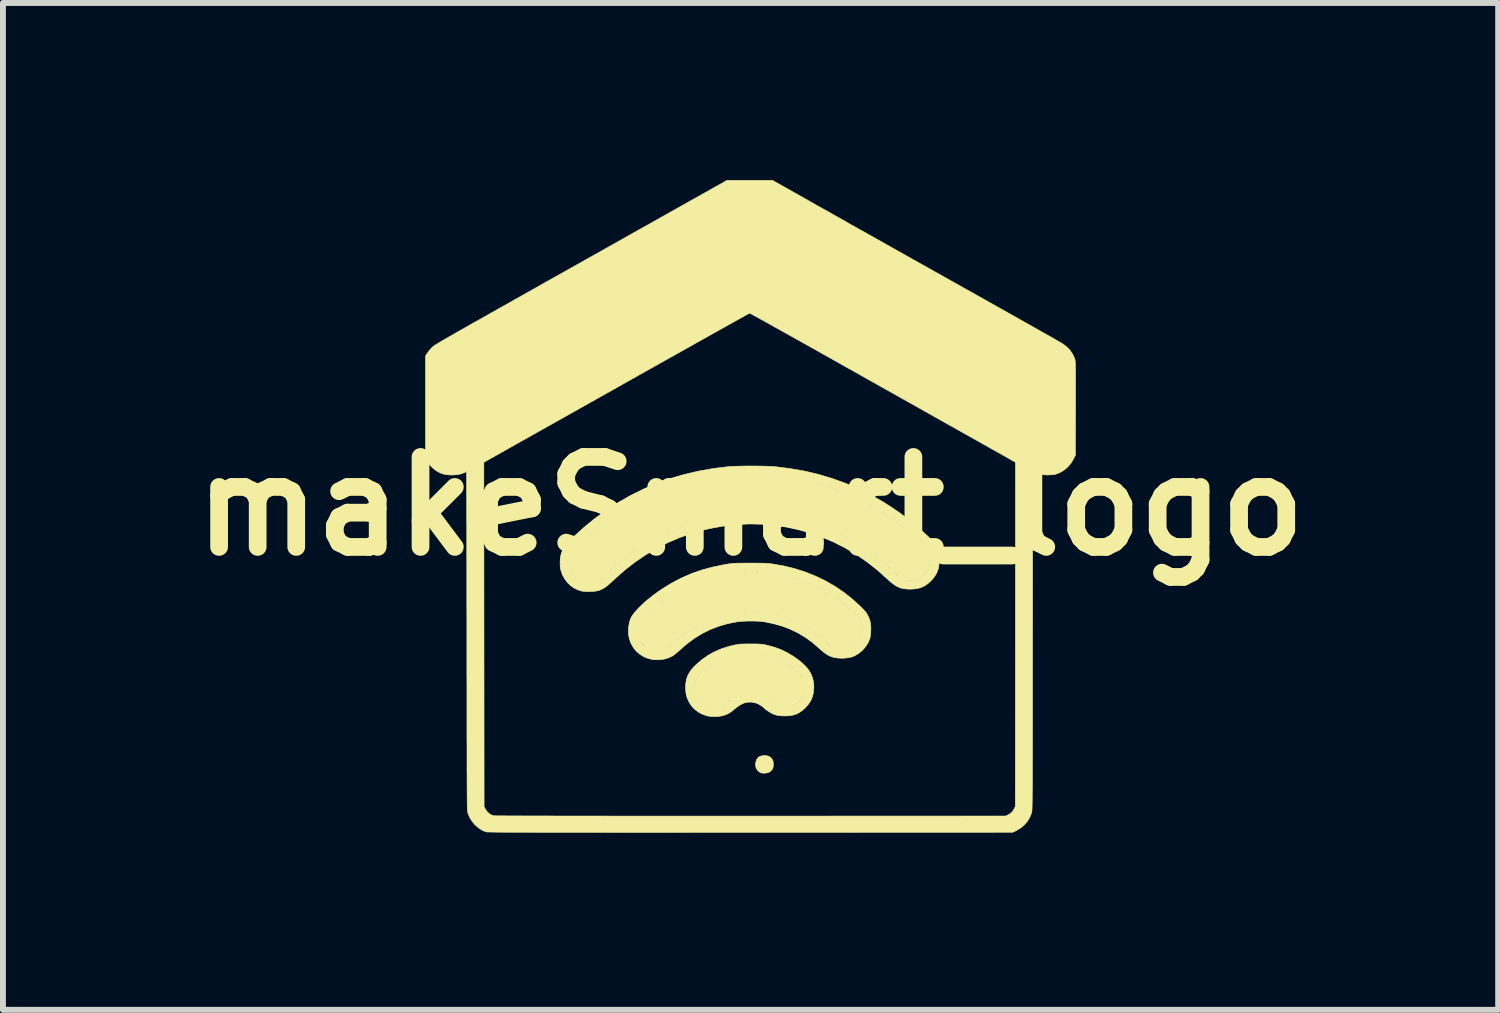
<source format=kicad_pcb>
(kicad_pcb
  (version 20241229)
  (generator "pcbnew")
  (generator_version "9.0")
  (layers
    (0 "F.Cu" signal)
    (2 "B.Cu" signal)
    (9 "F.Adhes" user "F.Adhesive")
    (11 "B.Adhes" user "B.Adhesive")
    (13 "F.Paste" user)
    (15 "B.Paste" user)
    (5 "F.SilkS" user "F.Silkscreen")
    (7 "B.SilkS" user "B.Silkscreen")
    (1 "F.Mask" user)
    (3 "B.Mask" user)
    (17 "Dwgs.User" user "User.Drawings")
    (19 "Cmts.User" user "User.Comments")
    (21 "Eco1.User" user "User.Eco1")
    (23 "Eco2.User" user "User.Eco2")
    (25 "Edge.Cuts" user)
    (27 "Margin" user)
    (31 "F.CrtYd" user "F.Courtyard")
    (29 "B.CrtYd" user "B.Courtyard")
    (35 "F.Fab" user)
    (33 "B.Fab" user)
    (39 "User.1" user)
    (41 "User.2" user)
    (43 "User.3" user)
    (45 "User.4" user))
  (footprint "makeSmart_logo"
    (layer "F.Cu")
    (at 9.659 5.522)
    (property "Reference" "makeSmart_logo" (at 0 0 0) (layer "F.SilkS") (effects (font (size 1.524 1.524) (thickness 0.3))))
    (attr through_hole)
    (fp_poly (pts (xy 0.28 4.226) (xy 0.314 4.236) (xy 0.341 4.255) (xy 0.365 4.284) (xy 0.366 4.285) (xy 0.375 4.301) (xy 0.381 4.317) (xy 0.384 4.337) (xy 0.385 4.366) (xy 0.385 4.371) (xy 0.384 4.401) (xy 0.382 4.422) (xy 0.376 4.438) (xy 0.367 4.455) (xy 0.366 4.457) (xy 0.339 4.488) (xy 0.307 4.508) (xy 0.267 4.518) (xy 0.248 4.52) (xy 0.22 4.52) (xy 0.193 4.518) (xy 0.178 4.515) (xy 0.151 4.501) (xy 0.125 4.478) (xy 0.104 4.45) (xy 0.091 4.422) (xy 0.086 4.384) (xy 0.086 4.371) (xy 0.233 4.371) (xy 0.236 4.374) (xy 0.24 4.371) (xy 0.236 4.367) (xy 0.233 4.371) (xy 0.086 4.371) (xy 0.088 4.343) (xy 0.097 4.306) (xy 0.108 4.283) (xy 0.132 4.254) (xy 0.159 4.236) (xy 0.194 4.226) (xy 0.236 4.223) (xy 0.28 4.226)) (stroke (width 0.01) (type solid)) (fill yes) (layer "F.SilkS"))
    (fp_poly (pts (xy 0.731 -5.316) (xy 0.797 -5.279) (xy 0.859 -5.244) (xy 0.916 -5.212) (xy 0.967 -5.183) (xy 1.011 -5.157) (xy 1.048 -5.137) (xy 1.075 -5.121) (xy 1.092 -5.111) (xy 1.097 -5.108) (xy 1.107 -5.102) (xy 1.125 -5.092) (xy 1.143 -5.082) (xy 1.161 -5.073) (xy 1.182 -5.061) (xy 1.208 -5.046) (xy 1.241 -5.028) (xy 1.283 -5.005) (xy 1.334 -4.976) (xy 1.365 -4.958) (xy 1.439 -4.916) (xy 1.504 -4.88) (xy 1.562 -4.848) (xy 1.579 -4.838) (xy 1.606 -4.823) (xy 1.628 -4.81) (xy 1.643 -4.801) (xy 1.646 -4.799) (xy 1.656 -4.793) (xy 1.675 -4.782) (xy 1.698 -4.769) (xy 1.7 -4.768) (xy 1.716 -4.759) (xy 1.743 -4.745) (xy 1.779 -4.725) (xy 1.822 -4.7) (xy 1.872 -4.672) (xy 1.927 -4.642) (xy 1.985 -4.609) (xy 2.025 -4.586) (xy 2.085 -4.553) (xy 2.144 -4.52) (xy 2.199 -4.489) (xy 2.25 -4.46) (xy 2.294 -4.435) (xy 2.33 -4.415) (xy 2.356 -4.4) (xy 2.367 -4.394) (xy 2.402 -4.374) (xy 2.441 -4.352) (xy 2.477 -4.332) (xy 2.487 -4.327) (xy 2.521 -4.307) (xy 2.56 -4.286) (xy 2.595 -4.266) (xy 2.598 -4.264) (xy 2.633 -4.245) (xy 2.671 -4.223) (xy 2.706 -4.203) (xy 2.708 -4.202) (xy 2.724 -4.193) (xy 2.752 -4.177) (xy 2.789 -4.157) (xy 2.834 -4.131) (xy 2.885 -4.103) (xy 2.94 -4.072) (xy 2.999 -4.039) (xy 3.06 -4.005) (xy 3.12 -3.971) (xy 3.18 -3.937) (xy 3.236 -3.906) (xy 3.288 -3.877) (xy 3.334 -3.851) (xy 3.373 -3.829) (xy 3.401 -3.813) (xy 3.502 -3.757) (xy 3.606 -3.698) (xy 3.714 -3.638) (xy 3.822 -3.577) (xy 3.933 -3.515) (xy 4.043 -3.453) (xy 4.153 -3.391) (xy 4.262 -3.33) (xy 4.37 -3.269) (xy 4.475 -3.21) (xy 4.576 -3.153) (xy 4.674 -3.098) (xy 4.768 -3.045) (xy 4.855 -2.996) (xy 4.937 -2.949) (xy 5.012 -2.907) (xy 5.08 -2.869) (xy 5.139 -2.835) (xy 5.189 -2.806) (xy 5.23 -2.783) (xy 5.26 -2.766) (xy 5.279 -2.754) (xy 5.286 -2.751) (xy 5.352 -2.7) (xy 5.409 -2.642) (xy 5.453 -2.577) (xy 5.486 -2.508) (xy 5.489 -2.499) (xy 5.491 -2.492) (xy 5.493 -2.485) (xy 5.495 -2.477) (xy 5.496 -2.468) (xy 5.498 -2.455) (xy 5.499 -2.44) (xy 5.5 -2.42) (xy 5.501 -2.396) (xy 5.501 -2.365) (xy 5.502 -2.328) (xy 5.502 -2.284) (xy 5.502 -2.231) (xy 5.503 -2.17) (xy 5.503 -2.098) (xy 5.502 -2.017) (xy 5.502 -1.923) (xy 5.502 -1.818) (xy 5.502 -1.699) (xy 5.502 -1.659) (xy 5.5 -0.863) (xy 5.466 -0.795) (xy 5.428 -0.731) (xy 5.379 -0.673) (xy 5.324 -0.623) (xy 5.263 -0.582) (xy 5.198 -0.553) (xy 5.152 -0.539) (xy 5.125 -0.535) (xy 5.089 -0.532) (xy 5.049 -0.53) (xy 5.023 -0.529) (xy 4.946 -0.534) (xy 4.878 -0.547) (xy 4.821 -0.568) (xy 4.807 -0.576) (xy 4.777 -0.593) (xy 4.775 2.277) (xy 4.775 2.517) (xy 4.774 2.743) (xy 4.774 2.956) (xy 4.774 3.156) (xy 4.774 3.343) (xy 4.774 3.518) (xy 4.774 3.682) (xy 4.774 3.834) (xy 4.773 3.976) (xy 4.773 4.107) (xy 4.773 4.229) (xy 4.773 4.34) (xy 4.772 4.442) (xy 4.772 4.536) (xy 4.772 4.621) (xy 4.772 4.698) (xy 4.771 4.768) (xy 4.771 4.831) (xy 4.77 4.886) (xy 4.77 4.936) (xy 4.77 4.979) (xy 4.769 5.017) (xy 4.769 5.05) (xy 4.768 5.078) (xy 4.767 5.102) (xy 4.767 5.122) (xy 4.766 5.139) (xy 4.765 5.152) (xy 4.764 5.163) (xy 4.763 5.171) (xy 4.763 5.178) (xy 4.762 5.183) (xy 4.761 5.188) (xy 4.76 5.189) (xy 4.729 5.267) (xy 4.687 5.337) (xy 4.633 5.399) (xy 4.569 5.452) (xy 4.496 5.495) (xy 4.49 5.498) (xy 4.441 5.521) (xy -0.004 5.522) (xy -0.313 5.522) (xy -0.609 5.522) (xy -0.891 5.522) (xy -1.16 5.523) (xy -1.415 5.523) (xy -1.659 5.523) (xy -1.889 5.523) (xy -2.108 5.523) (xy -2.315 5.523) (xy -2.51 5.522) (xy -2.694 5.522) (xy -2.867 5.522) (xy -3.03 5.522) (xy -3.182 5.522) (xy -3.324 5.522) (xy -3.456 5.522) (xy -3.578 5.522) (xy -3.691 5.521) (xy -3.796 5.521) (xy -3.891 5.521) (xy -3.979 5.521) (xy -4.058 5.52) (xy -4.129 5.52) (xy -4.193 5.52) (xy -4.249 5.519) (xy -4.298 5.519) (xy -4.341 5.518) (xy -4.378 5.518) (xy -4.408 5.517) (xy -4.432 5.517) (xy -4.451 5.516) (xy -4.465 5.516) (xy -4.473 5.515) (xy -4.477 5.515) (xy -4.544 5.487) (xy -4.607 5.446) (xy -4.664 5.396) (xy -4.714 5.337) (xy -4.755 5.271) (xy -4.785 5.2) (xy -4.788 5.189) (xy -4.789 5.185) (xy -4.79 5.18) (xy -4.791 5.174) (xy -4.792 5.167) (xy -4.793 5.157) (xy -4.794 5.145) (xy -4.795 5.129) (xy -4.795 5.111) (xy -4.796 5.089) (xy -4.797 5.062) (xy -4.797 5.032) (xy -4.798 4.996) (xy -4.798 4.955) (xy -4.799 4.908) (xy -4.799 4.854) (xy -4.799 4.795) (xy -4.8 4.728) (xy -4.8 4.654) (xy -4.8 4.572) (xy -4.801 4.482) (xy -4.801 4.383) (xy -4.801 4.275) (xy -4.801 4.158) (xy -4.801 4.031) (xy -4.802 3.894) (xy -4.802 3.746) (xy -4.802 3.586) (xy -4.802 3.416) (xy -4.802 3.233) (xy -4.802 3.038) (xy -4.803 2.831) (xy -4.803 2.61) (xy -4.803 2.376) (xy -4.803 2.281) (xy -4.803 2.08) (xy -4.803 1.884) (xy -4.804 1.691) (xy -4.804 1.503) (xy -4.804 1.32) (xy -4.804 1.142) (xy -4.804 0.971) (xy -4.805 0.805) (xy -4.805 0.647) (xy -4.805 0.496) (xy -4.805 0.353) (xy -4.806 0.218) (xy -4.806 0.092) (xy -4.806 -0.025) (xy -4.806 -0.132) (xy -4.807 -0.229) (xy -4.807 -0.316) (xy -4.807 -0.391) (xy -4.808 -0.455) (xy -4.808 -0.506) (xy -4.808 -0.545) (xy -4.808 -0.572) (xy -4.809 -0.584) (xy -4.809 -0.586) (xy -4.817 -0.583) (xy -4.832 -0.575) (xy -4.84 -0.572) (xy -4.894 -0.55) (xy -4.955 -0.536) (xy -5.027 -0.53) (xy -5.058 -0.529) (xy -5.114 -0.531) (xy -5.161 -0.536) (xy -5.203 -0.545) (xy -5.245 -0.56) (xy -5.288 -0.581) (xy -5.332 -0.608) (xy -5.377 -0.644) (xy -5.419 -0.685) (xy -5.455 -0.727) (xy -5.466 -0.744) (xy -4.516 -0.744) (xy -4.514 2.17) (xy -4.512 5.084) (xy -4.496 5.119) (xy -4.467 5.165) (xy -4.429 5.203) (xy -4.383 5.23) (xy -4.348 5.242) (xy -4.339 5.242) (xy -4.317 5.242) (xy -4.281 5.243) (xy -4.232 5.243) (xy -4.17 5.243) (xy -4.096 5.244) (xy -4.009 5.244) (xy -3.911 5.244) (xy -3.801 5.245) (xy -3.679 5.245) (xy -3.547 5.245) (xy -3.404 5.245) (xy -3.251 5.246) (xy -3.088 5.246) (xy -2.916 5.246) (xy -2.734 5.246) (xy -2.543 5.246) (xy -2.344 5.247) (xy -2.136 5.247) (xy -1.92 5.247) (xy -1.696 5.247) (xy -1.465 5.247) (xy -1.227 5.247) (xy -0.982 5.247) (xy -0.731 5.247) (xy -0.474 5.247) (xy -0.211 5.247) (xy 0 5.247) (xy 4.322 5.246) (xy 4.36 5.228) (xy 4.406 5.2) (xy 4.441 5.163) (xy 4.465 5.122) (xy 4.484 5.084) (xy 4.486 2.17) (xy 4.487 -0.744) (xy 4.122 -0.95) (xy 4.081 -0.973) (xy 4.042 -0.995) (xy 4.004 -1.017) (xy 3.967 -1.037) (xy 3.931 -1.058) (xy 3.895 -1.078) (xy 3.858 -1.099) (xy 3.821 -1.12) (xy 3.782 -1.142) (xy 3.741 -1.165) (xy 3.698 -1.189) (xy 3.652 -1.215) (xy 3.603 -1.242) (xy 3.55 -1.272) (xy 3.493 -1.304) (xy 3.432 -1.339) (xy 3.365 -1.376) (xy 3.292 -1.417) (xy 3.214 -1.461) (xy 3.128 -1.509) (xy 3.036 -1.561) (xy 2.936 -1.617) (xy 2.829 -1.678) (xy 2.713 -1.743) (xy 2.587 -1.813) (xy 2.453 -1.889) (xy 2.308 -1.97) (xy 2.154 -2.057) (xy 1.988 -2.15) (xy 1.811 -2.25) (xy 1.622 -2.356) (xy 1.602 -2.367) (xy 1.462 -2.446) (xy 1.325 -2.523) (xy 1.193 -2.597) (xy 1.064 -2.67) (xy 0.94 -2.739) (xy 0.821 -2.806) (xy 0.708 -2.869) (xy 0.601 -2.929) (xy 0.501 -2.985) (xy 0.408 -3.036) (xy 0.324 -3.084) (xy 0.247 -3.126) (xy 0.179 -3.164) (xy 0.121 -3.197) (xy 0.072 -3.223) (xy 0.034 -3.244) (xy 0.006 -3.259) (xy -0.01 -3.268) (xy -0.014 -3.27) (xy -0.021 -3.266) (xy -0.04 -3.256) (xy -0.07 -3.24) (xy -0.111 -3.217) (xy -0.163 -3.188) (xy -0.225 -3.154) (xy -0.296 -3.114) (xy -0.377 -3.069) (xy -0.467 -3.019) (xy -0.565 -2.964) (xy -0.671 -2.905) (xy -0.784 -2.841) (xy -0.905 -2.774) (xy -1.032 -2.702) (xy -1.166 -2.627) (xy -1.305 -2.549) (xy -1.45 -2.468) (xy -1.599 -2.384) (xy -1.753 -2.298) (xy -1.911 -2.209) (xy -2.073 -2.118) (xy -2.238 -2.025) (xy -2.27 -2.007) (xy -4.516 -0.744) (xy -5.466 -0.744) (xy -5.481 -0.767) (xy -5.503 -0.81) (xy -5.503 -2.545) (xy -5.469 -2.597) (xy -5.447 -2.628) (xy -5.419 -2.661) (xy -5.391 -2.69) (xy -5.386 -2.695) (xy -5.381 -2.7) (xy -5.375 -2.705) (xy -5.367 -2.711) (xy -5.357 -2.718) (xy -5.344 -2.726) (xy -5.329 -2.736) (xy -5.31 -2.747) (xy -5.288 -2.761) (xy -5.262 -2.776) (xy -5.232 -2.794) (xy -5.197 -2.815) (xy -5.156 -2.838) (xy -5.111 -2.865) (xy -5.059 -2.894) (xy -5.001 -2.928) (xy -4.936 -2.964) (xy -4.864 -3.005) (xy -4.785 -3.05) (xy -4.698 -3.1) (xy -4.602 -3.153) (xy -4.498 -3.212) (xy -4.385 -3.276) (xy -4.263 -3.345) (xy -4.13 -3.419) (xy -3.988 -3.5) (xy -3.835 -3.586) (xy -3.671 -3.678) (xy -3.496 -3.777) (xy -3.309 -3.882) (xy -3.217 -3.933) (xy -3.055 -4.025) (xy -2.894 -4.115) (xy -2.737 -4.203) (xy -2.582 -4.29) (xy -2.432 -4.375) (xy -2.285 -4.457) (xy -2.144 -4.537) (xy -2.007 -4.614) (xy -1.877 -4.687) (xy -1.752 -4.757) (xy -1.634 -4.823) (xy -1.524 -4.885) (xy -1.421 -4.943) (xy -1.326 -4.996) (xy -1.24 -5.045) (xy -1.163 -5.088) (xy -1.096 -5.126) (xy -1.039 -5.158) (xy -0.993 -5.184) (xy -0.957 -5.204) (xy -0.934 -5.217) (xy -0.928 -5.22) (xy -0.87 -5.252) (xy -0.823 -5.279) (xy -0.783 -5.302) (xy -0.747 -5.321) (xy -0.714 -5.34) (xy -0.681 -5.359) (xy -0.646 -5.379) (xy -0.605 -5.402) (xy -0.6 -5.405) (xy -0.568 -5.423) (xy -0.536 -5.44) (xy -0.509 -5.455) (xy -0.497 -5.462) (xy -0.47 -5.476) (xy -0.443 -5.492) (xy -0.432 -5.499) (xy -0.402 -5.517) (xy 0.373 -5.517) (xy 0.731 -5.316)) (stroke (width 0.01) (type solid)) (fill yes) (layer "F.SilkS"))
    (fp_poly (pts (xy 0.051 2.332) (xy 0.097 2.333) (xy 0.134 2.334) (xy 0.164 2.335) (xy 0.19 2.337) (xy 0.214 2.341) (xy 0.239 2.345) (xy 0.251 2.348) (xy 0.38 2.38) (xy 0.5 2.422) (xy 0.614 2.476) (xy 0.724 2.541) (xy 0.731 2.546) (xy 0.815 2.606) (xy 0.886 2.665) (xy 0.945 2.724) (xy 0.991 2.783) (xy 1.026 2.845) (xy 1.051 2.909) (xy 1.066 2.977) (xy 1.072 3.049) (xy 1.072 3.062) (xy 1.067 3.145) (xy 1.05 3.22) (xy 1.022 3.288) (xy 0.981 3.352) (xy 0.932 3.408) (xy 0.877 3.458) (xy 0.823 3.496) (xy 0.767 3.523) (xy 0.707 3.54) (xy 0.639 3.549) (xy 0.582 3.551) (xy 0.521 3.549) (xy 0.47 3.544) (xy 0.426 3.534) (xy 0.384 3.518) (xy 0.364 3.509) (xy 0.329 3.489) (xy 0.294 3.467) (xy 0.262 3.444) (xy 0.238 3.424) (xy 0.233 3.418) (xy 0.209 3.397) (xy 0.536 3.397) (xy 0.54 3.401) (xy 0.543 3.397) (xy 0.621 3.397) (xy 0.624 3.401) (xy 0.628 3.397) (xy 0.624 3.394) (xy 0.621 3.397) (xy 0.543 3.397) (xy 0.54 3.394) (xy 0.536 3.397) (xy 0.209 3.397) (xy 0.206 3.395) (xy 0.2 3.39) (xy 0.494 3.39) (xy 0.497 3.394) (xy 0.501 3.39) (xy 0.656 3.39) (xy 0.66 3.394) (xy 0.663 3.39) (xy 0.66 3.387) (xy 0.656 3.39) (xy 0.501 3.39) (xy 0.497 3.387) (xy 0.494 3.39) (xy 0.2 3.39) (xy 0.19 3.383) (xy 0.473 3.383) (xy 0.476 3.387) (xy 0.48 3.383) (xy 0.684 3.383) (xy 0.688 3.387) (xy 0.691 3.383) (xy 0.688 3.38) (xy 0.684 3.383) (xy 0.48 3.383) (xy 0.476 3.38) (xy 0.473 3.383) (xy 0.19 3.383) (xy 0.179 3.376) (xy 0.452 3.376) (xy 0.455 3.38) (xy 0.459 3.376) (xy 0.455 3.373) (xy 0.452 3.376) (xy 0.179 3.376) (xy 0.171 3.371) (xy 0.169 3.369) (xy 0.437 3.369) (xy 0.441 3.373) (xy 0.445 3.369) (xy 0.72 3.369) (xy 0.723 3.373) (xy 0.727 3.369) (xy 0.723 3.365) (xy 0.72 3.369) (xy 0.445 3.369) (xy 0.441 3.365) (xy 0.437 3.369) (xy 0.169 3.369) (xy 0.156 3.362) (xy 0.734 3.362) (xy 0.737 3.365) (xy 0.741 3.362) (xy 0.737 3.358) (xy 0.734 3.362) (xy 0.156 3.362) (xy 0.143 3.355) (xy 0.409 3.355) (xy 0.413 3.358) (xy 0.416 3.355) (xy 0.413 3.351) (xy 0.409 3.355) (xy 0.143 3.355) (xy 0.132 3.349) (xy 0.13 3.348) (xy 0.395 3.348) (xy 0.399 3.351) (xy 0.402 3.348) (xy 0.399 3.344) (xy 0.395 3.348) (xy 0.13 3.348) (xy 0.113 3.341) (xy 0.769 3.341) (xy 0.773 3.344) (xy 0.776 3.341) (xy 0.773 3.337) (xy 0.769 3.341) (xy 0.113 3.341) (xy 0.093 3.332) (xy 0.085 3.33) (xy 0.071 3.327) (xy 0.367 3.327) (xy 0.37 3.33) (xy 0.374 3.327) (xy 0.37 3.323) (xy 0.367 3.327) (xy 0.071 3.327) (xy 0.042 3.321) (xy 0.797 3.321) (xy 0.799 3.323) (xy 0.807 3.316) (xy 0.822 3.301) (xy 0.822 3.3) (xy 0.843 3.277) (xy 0.82 3.298) (xy 0.806 3.311) (xy 0.798 3.32) (xy 0.797 3.321) (xy 0.042 3.321) (xy 0.021 3.317) (xy -0.044 3.318) (xy -0.108 3.332) (xy -0.171 3.361) (xy -0.232 3.402) (xy -0.258 3.423) (xy -0.309 3.466) (xy -0.356 3.499) (xy -0.403 3.524) (xy -0.454 3.542) (xy -0.481 3.549) (xy -0.54 3.559) (xy -0.604 3.563) (xy -0.668 3.56) (xy -0.726 3.552) (xy -0.74 3.549) (xy -0.818 3.521) (xy -0.888 3.483) (xy -0.95 3.434) (xy -0.978 3.403) (xy -0.675 3.403) (xy -0.674 3.407) (xy -0.67 3.408) (xy -0.664 3.405) (xy -0.665 3.404) (xy -0.55 3.404) (xy -0.547 3.408) (xy -0.543 3.404) (xy -0.547 3.401) (xy -0.55 3.404) (xy -0.665 3.404) (xy -0.666 3.403) (xy -0.674 3.402) (xy -0.675 3.403) (xy -0.978 3.403) (xy -0.983 3.397) (xy -0.706 3.397) (xy -0.702 3.401) (xy -0.699 3.397) (xy -0.522 3.397) (xy -0.519 3.401) (xy -0.515 3.397) (xy -0.519 3.394) (xy -0.522 3.397) (xy -0.699 3.397) (xy -0.702 3.394) (xy -0.706 3.397) (xy -0.983 3.397) (xy -0.99 3.39) (xy -0.727 3.39) (xy -0.723 3.394) (xy -0.72 3.39) (xy -0.501 3.39) (xy -0.497 3.394) (xy -0.494 3.39) (xy -0.497 3.387) (xy -0.501 3.39) (xy -0.72 3.39) (xy -0.723 3.387) (xy -0.727 3.39) (xy -0.99 3.39) (xy -0.996 3.383) (xy -0.48 3.383) (xy -0.476 3.387) (xy -0.473 3.383) (xy -0.476 3.38) (xy -0.48 3.383) (xy -0.996 3.383) (xy -1.002 3.376) (xy -1.002 3.376) (xy -0.466 3.376) (xy -0.462 3.38) (xy -0.459 3.376) (xy -0.462 3.373) (xy -0.466 3.376) (xy -1.002 3.376) (xy -1.007 3.369) (xy -0.452 3.369) (xy -0.448 3.373) (xy -0.445 3.369) (xy -0.448 3.365) (xy -0.452 3.369) (xy -1.007 3.369) (xy -1.016 3.355) (xy -0.797 3.355) (xy -0.794 3.358) (xy -0.79 3.355) (xy -0.794 3.351) (xy -0.797 3.355) (xy -1.016 3.355) (xy -1.02 3.348) (xy -0.416 3.348) (xy -0.413 3.351) (xy -0.409 3.348) (xy -0.413 3.344) (xy -0.416 3.348) (xy -1.02 3.348) (xy -1.03 3.332) (xy -0.824 3.332) (xy -0.823 3.336) (xy -0.816 3.344) (xy -0.811 3.342) (xy -0.811 3.341) (xy -0.816 3.335) (xy -0.82 3.333) (xy -0.824 3.332) (xy -1.03 3.332) (xy -1.041 3.316) (xy -0.373 3.316) (xy -0.373 3.316) (xy -0.366 3.311) (xy -0.354 3.3) (xy -0.353 3.298) (xy -0.343 3.287) (xy -0.339 3.281) (xy -0.34 3.281) (xy -0.346 3.285) (xy -0.358 3.297) (xy -0.36 3.298) (xy -0.37 3.31) (xy -0.373 3.316) (xy -1.041 3.316) (xy -1.044 3.31) (xy -1.059 3.276) (xy -0.881 3.276) (xy -0.879 3.28) (xy -0.872 3.287) (xy -0.868 3.286) (xy -0.868 3.285) (xy -0.873 3.279) (xy -0.876 3.277) (xy -0.881 3.276) (xy -1.059 3.276) (xy -1.062 3.269) (xy 0.305 3.269) (xy 0.306 3.273) (xy 0.313 3.28) (xy 0.317 3.279) (xy 0.318 3.278) (xy 0.312 3.272) (xy 0.309 3.27) (xy 0.305 3.269) (xy -1.062 3.269) (xy -1.067 3.256) (xy -0.896 3.256) (xy -0.893 3.26) (xy -0.889 3.256) (xy -0.31 3.256) (xy -0.307 3.26) (xy -0.303 3.256) (xy 0.854 3.256) (xy 0.857 3.26) (xy 0.861 3.256) (xy 0.857 3.253) (xy 0.854 3.256) (xy -0.303 3.256) (xy -0.307 3.253) (xy -0.31 3.256) (xy -0.889 3.256) (xy -0.893 3.253) (xy -0.896 3.256) (xy -1.067 3.256) (xy -1.07 3.249) (xy 0.275 3.249) (xy 0.279 3.253) (xy 0.282 3.249) (xy 0.279 3.246) (xy 0.275 3.249) (xy -1.07 3.249) (xy -1.073 3.242) (xy -0.289 3.242) (xy -0.286 3.246) (xy -0.282 3.242) (xy -0.286 3.239) (xy -0.289 3.242) (xy -1.073 3.242) (xy -1.075 3.237) (xy -1.076 3.235) (xy 0.254 3.235) (xy 0.258 3.239) (xy 0.261 3.235) (xy 0.868 3.235) (xy 0.871 3.239) (xy 0.875 3.235) (xy 0.871 3.231) (xy 0.868 3.235) (xy 0.261 3.235) (xy 0.258 3.231) (xy 0.254 3.235) (xy -1.076 3.235) (xy -1.077 3.228) (xy -0.268 3.228) (xy -0.265 3.231) (xy -0.261 3.228) (xy -0.265 3.224) (xy -0.268 3.228) (xy -1.077 3.228) (xy -1.079 3.221) (xy -0.254 3.221) (xy -0.25 3.224) (xy -0.247 3.221) (xy -0.25 3.217) (xy -0.254 3.221) (xy -1.079 3.221) (xy -1.081 3.214) (xy -0.24 3.214) (xy -0.236 3.217) (xy -0.233 3.214) (xy 0.219 3.214) (xy 0.222 3.217) (xy 0.226 3.214) (xy 0.222 3.21) (xy 0.219 3.214) (xy -0.233 3.214) (xy -0.236 3.21) (xy -0.24 3.214) (xy -1.081 3.214) (xy -1.082 3.207) (xy -0.226 3.207) (xy -0.222 3.21) (xy -0.219 3.207) (xy 0.205 3.207) (xy 0.208 3.21) (xy 0.212 3.207) (xy 0.208 3.203) (xy 0.205 3.207) (xy -0.219 3.207) (xy -0.222 3.203) (xy -0.226 3.207) (xy -1.082 3.207) (xy -1.084 3.2) (xy -0.212 3.2) (xy -0.208 3.203) (xy -0.205 3.2) (xy -0.208 3.196) (xy -0.212 3.2) (xy -1.084 3.2) (xy -1.086 3.193) (xy 0.889 3.193) (xy 0.893 3.196) (xy 0.896 3.193) (xy 0.893 3.189) (xy 0.889 3.193) (xy -1.086 3.193) (xy -1.087 3.186) (xy -0.931 3.186) (xy -0.928 3.189) (xy -0.924 3.186) (xy -0.176 3.186) (xy -0.173 3.189) (xy -0.169 3.186) (xy -0.173 3.182) (xy -0.176 3.186) (xy -0.924 3.186) (xy -0.928 3.182) (xy -0.931 3.186) (xy -1.087 3.186) (xy -1.089 3.179) (xy -0.155 3.179) (xy -0.152 3.182) (xy -0.148 3.179) (xy -0.152 3.175) (xy -0.155 3.179) (xy -1.089 3.179) (xy -1.091 3.171) (xy -0.127 3.171) (xy -0.123 3.175) (xy -0.12 3.171) (xy 0.106 3.171) (xy 0.109 3.175) (xy 0.113 3.171) (xy 0.109 3.168) (xy 0.106 3.171) (xy -0.12 3.171) (xy -0.123 3.168) (xy -0.127 3.171) (xy -1.091 3.171) (xy -1.093 3.164) (xy -0.938 3.164) (xy -0.935 3.168) (xy -0.931 3.164) (xy -0.092 3.164) (xy -0.088 3.168) (xy -0.085 3.164) (xy 0.071 3.164) (xy 0.074 3.168) (xy 0.078 3.164) (xy 0.074 3.161) (xy 0.071 3.164) (xy -0.085 3.164) (xy -0.088 3.161) (xy -0.092 3.164) (xy -0.931 3.164) (xy -0.935 3.161) (xy -0.938 3.164) (xy -1.093 3.164) (xy -1.094 3.158) (xy -1.096 3.133) (xy -0.945 3.133) (xy -0.943 3.138) (xy -0.941 3.137) (xy -0.94 3.129) (xy -0.941 3.128) (xy -0.945 3.129) (xy -0.945 3.133) (xy -1.096 3.133) (xy -1.097 3.122) (xy 0.91 3.122) (xy 0.914 3.126) (xy 0.917 3.122) (xy 0.914 3.119) (xy 0.91 3.122) (xy -1.097 3.122) (xy -1.101 3.074) (xy -1.101 3.073) (xy -1.097 3.009) (xy -0.945 3.009) (xy -0.942 3.013) (xy -0.938 3.009) (xy -0.942 3.006) (xy -0.945 3.009) (xy -1.097 3.009) (xy -1.097 3.002) (xy 0.91 3.002) (xy 0.914 3.006) (xy 0.917 3.002) (xy 0.914 2.999) (xy 0.91 3.002) (xy -1.097 3.002) (xy -1.096 2.995) (xy -1.093 2.981) (xy -0.938 2.981) (xy -0.935 2.985) (xy -0.931 2.981) (xy -0.935 2.977) (xy -0.938 2.981) (xy -1.093 2.981) (xy -1.089 2.96) (xy -0.931 2.96) (xy -0.928 2.963) (xy -0.924 2.96) (xy -0.928 2.956) (xy -0.931 2.96) (xy -1.089 2.96) (xy -1.085 2.939) (xy -0.924 2.939) (xy -0.921 2.942) (xy -0.917 2.939) (xy -0.921 2.935) (xy -0.924 2.939) (xy -1.085 2.939) (xy -1.082 2.925) (xy -0.917 2.925) (xy -0.914 2.928) (xy -0.91 2.925) (xy -0.914 2.921) (xy -0.917 2.925) (xy -1.082 2.925) (xy -1.082 2.924) (xy -1.077 2.91) (xy -0.91 2.91) (xy -0.907 2.914) (xy -0.903 2.91) (xy -0.907 2.907) (xy -0.91 2.91) (xy -1.077 2.91) (xy -1.072 2.896) (xy -0.903 2.896) (xy -0.9 2.9) (xy -0.896 2.896) (xy -0.9 2.893) (xy -0.903 2.896) (xy -1.072 2.896) (xy -1.069 2.889) (xy 0.868 2.889) (xy 0.871 2.893) (xy 0.875 2.889) (xy 0.871 2.886) (xy 0.868 2.889) (xy -1.069 2.889) (xy -1.064 2.875) (xy -0.889 2.875) (xy -0.885 2.879) (xy -0.882 2.875) (xy 0.861 2.875) (xy 0.864 2.879) (xy 0.868 2.875) (xy 0.864 2.872) (xy 0.861 2.875) (xy -0.882 2.875) (xy -0.885 2.872) (xy -0.889 2.875) (xy -1.064 2.875) (xy -1.058 2.859) (xy -1.043 2.834) (xy -0.854 2.834) (xy -0.85 2.836) (xy -0.844 2.829) (xy 0.826 2.829) (xy 0.828 2.833) (xy 0.832 2.838) (xy 0.842 2.849) (xy 0.847 2.849) (xy 0.847 2.848) (xy 0.842 2.842) (xy 0.834 2.835) (xy 0.826 2.829) (xy -0.844 2.829) (xy -0.841 2.827) (xy -0.839 2.824) (xy -0.833 2.816) (xy -0.836 2.817) (xy -0.841 2.821) (xy -0.851 2.83) (xy -0.854 2.834) (xy -1.043 2.834) (xy -1.022 2.797) (xy -1 2.769) (xy 0.766 2.769) (xy 0.779 2.785) (xy 0.791 2.799) (xy 0.797 2.8) (xy 0.797 2.799) (xy 0.793 2.793) (xy 0.781 2.783) (xy 0.766 2.769) (xy -1 2.769) (xy -0.997 2.765) (xy -0.774 2.765) (xy -0.773 2.766) (xy -0.767 2.761) (xy -0.766 2.759) (xy -0.764 2.752) (xy -0.765 2.752) (xy -0.771 2.757) (xy -0.773 2.759) (xy -0.774 2.765) (xy -0.997 2.765) (xy -0.978 2.741) (xy 0.727 2.741) (xy 0.73 2.745) (xy 0.734 2.741) (xy 0.73 2.738) (xy 0.727 2.741) (xy -0.978 2.741) (xy -0.975 2.737) (xy -0.739 2.737) (xy -0.738 2.738) (xy -0.732 2.733) (xy -0.73 2.731) (xy -0.728 2.724) (xy -0.729 2.723) (xy -0.736 2.728) (xy -0.737 2.731) (xy -0.739 2.737) (xy -0.975 2.737) (xy -0.974 2.736) (xy -0.95 2.711) (xy 0.693 2.711) (xy 0.694 2.715) (xy 0.701 2.723) (xy 0.705 2.721) (xy 0.706 2.72) (xy 0.701 2.714) (xy 0.697 2.712) (xy 0.693 2.711) (xy -0.95 2.711) (xy -0.944 2.706) (xy -0.706 2.706) (xy -0.702 2.709) (xy -0.699 2.706) (xy -0.702 2.702) (xy -0.706 2.706) (xy -0.944 2.706) (xy -0.937 2.699) (xy 0.67 2.699) (xy 0.674 2.702) (xy 0.677 2.699) (xy 0.674 2.695) (xy 0.67 2.699) (xy -0.937 2.699) (xy -0.931 2.692) (xy -0.684 2.692) (xy -0.681 2.695) (xy -0.677 2.692) (xy -0.681 2.688) (xy -0.684 2.692) (xy -0.931 2.692) (xy -0.93 2.692) (xy -0.914 2.678) (xy -0.663 2.678) (xy -0.66 2.681) (xy -0.656 2.678) (xy 0.642 2.678) (xy 0.646 2.681) (xy 0.649 2.678) (xy 0.646 2.674) (xy 0.642 2.678) (xy -0.656 2.678) (xy -0.66 2.674) (xy -0.663 2.678) (xy -0.914 2.678) (xy -0.898 2.663) (xy -0.642 2.663) (xy -0.639 2.667) (xy -0.635 2.663) (xy -0.639 2.66) (xy -0.642 2.663) (xy -0.898 2.663) (xy -0.89 2.656) (xy 0.607 2.656) (xy 0.61 2.66) (xy 0.614 2.656) (xy 0.61 2.653) (xy 0.607 2.656) (xy -0.89 2.656) (xy -0.882 2.649) (xy -0.621 2.649) (xy -0.617 2.653) (xy -0.614 2.649) (xy -0.617 2.646) (xy -0.621 2.649) (xy -0.882 2.649) (xy -0.874 2.642) (xy -0.607 2.642) (xy -0.603 2.646) (xy -0.6 2.642) (xy 0.586 2.642) (xy 0.589 2.646) (xy 0.593 2.642) (xy 0.589 2.639) (xy 0.586 2.642) (xy -0.6 2.642) (xy -0.603 2.639) (xy -0.607 2.642) (xy -0.874 2.642) (xy -0.849 2.621) (xy -0.572 2.621) (xy -0.568 2.625) (xy -0.564 2.621) (xy -0.568 2.618) (xy -0.572 2.621) (xy -0.849 2.621) (xy -0.841 2.614) (xy -0.557 2.614) (xy -0.554 2.618) (xy -0.55 2.614) (xy 0.536 2.614) (xy 0.54 2.618) (xy 0.543 2.614) (xy 0.54 2.611) (xy 0.536 2.614) (xy -0.55 2.614) (xy -0.554 2.611) (xy -0.557 2.614) (xy -0.841 2.614) (xy -0.833 2.607) (xy -0.543 2.607) (xy -0.54 2.611) (xy -0.536 2.607) (xy 0.522 2.607) (xy 0.526 2.611) (xy 0.529 2.607) (xy 0.526 2.603) (xy 0.522 2.607) (xy -0.536 2.607) (xy -0.54 2.603) (xy -0.543 2.607) (xy -0.833 2.607) (xy -0.83 2.604) (xy -0.824 2.6) (xy -0.529 2.6) (xy -0.526 2.603) (xy -0.522 2.6) (xy 0.508 2.6) (xy 0.512 2.603) (xy 0.515 2.6) (xy 0.512 2.596) (xy 0.508 2.6) (xy -0.522 2.6) (xy -0.526 2.596) (xy -0.529 2.6) (xy -0.824 2.6) (xy -0.814 2.593) (xy -0.515 2.593) (xy -0.512 2.596) (xy -0.508 2.593) (xy 0.494 2.593) (xy 0.497 2.596) (xy 0.501 2.593) (xy 0.497 2.589) (xy 0.494 2.593) (xy -0.508 2.593) (xy -0.512 2.589) (xy -0.515 2.593) (xy -0.814 2.593) (xy -0.804 2.586) (xy 0.48 2.586) (xy 0.483 2.589) (xy 0.487 2.586) (xy 0.483 2.582) (xy 0.48 2.586) (xy -0.804 2.586) (xy -0.784 2.572) (xy -0.466 2.572) (xy -0.462 2.575) (xy -0.459 2.572) (xy 0.445 2.572) (xy 0.448 2.575) (xy 0.452 2.572) (xy 0.448 2.568) (xy 0.445 2.572) (xy -0.459 2.572) (xy -0.462 2.568) (xy -0.466 2.572) (xy -0.784 2.572) (xy -0.774 2.565) (xy 0.43 2.565) (xy 0.434 2.568) (xy 0.437 2.565) (xy 0.434 2.561) (xy 0.43 2.565) (xy -0.774 2.565) (xy -0.764 2.558) (xy -0.43 2.558) (xy -0.427 2.561) (xy -0.423 2.558) (xy 0.409 2.558) (xy 0.413 2.561) (xy 0.416 2.558) (xy 0.413 2.554) (xy 0.409 2.558) (xy -0.423 2.558) (xy -0.427 2.554) (xy -0.43 2.558) (xy -0.764 2.558) (xy -0.744 2.544) (xy 0.374 2.544) (xy 0.377 2.547) (xy 0.381 2.544) (xy 0.377 2.54) (xy 0.374 2.544) (xy -0.744 2.544) (xy -0.734 2.536) (xy 0.353 2.536) (xy 0.356 2.54) (xy 0.36 2.536) (xy 0.356 2.533) (xy 0.353 2.536) (xy -0.734 2.536) (xy -0.724 2.529) (xy -0.346 2.529) (xy -0.342 2.533) (xy -0.339 2.529) (xy 0.332 2.529) (xy 0.335 2.533) (xy 0.339 2.529) (xy 0.335 2.526) (xy 0.332 2.529) (xy -0.339 2.529) (xy -0.342 2.526) (xy -0.346 2.529) (xy -0.724 2.529) (xy -0.723 2.529) (xy -0.712 2.522) (xy 0.303 2.522) (xy 0.307 2.526) (xy 0.31 2.522) (xy 0.307 2.519) (xy 0.303 2.522) (xy -0.712 2.522) (xy -0.699 2.515) (xy -0.296 2.515) (xy -0.293 2.519) (xy -0.289 2.515) (xy -0.293 2.512) (xy -0.296 2.515) (xy -0.699 2.515) (xy -0.687 2.508) (xy 0.247 2.508) (xy 0.25 2.512) (xy 0.254 2.508) (xy 0.25 2.505) (xy 0.247 2.508) (xy -0.687 2.508) (xy -0.672 2.5) (xy -0.23 2.5) (xy -0.23 2.504) (xy -0.226 2.505) (xy -0.22 2.502) (xy -0.22 2.501) (xy 0.219 2.501) (xy 0.222 2.505) (xy 0.226 2.501) (xy 0.222 2.498) (xy 0.219 2.501) (xy -0.22 2.501) (xy -0.221 2.5) (xy -0.229 2.499) (xy -0.23 2.5) (xy -0.672 2.5) (xy -0.662 2.494) (xy -0.191 2.494) (xy -0.187 2.498) (xy -0.183 2.494) (xy 0.176 2.494) (xy 0.18 2.498) (xy 0.183 2.494) (xy 0.18 2.491) (xy 0.176 2.494) (xy -0.183 2.494) (xy -0.187 2.491) (xy -0.191 2.494) (xy -0.662 2.494) (xy -0.647 2.486) (xy -0.132 2.486) (xy -0.131 2.49) (xy -0.127 2.491) (xy -0.121 2.488) (xy -0.122 2.486) (xy 0.122 2.486) (xy 0.123 2.49) (xy 0.127 2.491) (xy 0.133 2.488) (xy 0.132 2.486) (xy 0.123 2.485) (xy 0.122 2.486) (xy -0.122 2.486) (xy -0.131 2.485) (xy -0.132 2.486) (xy -0.647 2.486) (xy -0.61 2.465) (xy -0.49 2.413) (xy -0.361 2.372) (xy -0.276 2.352) (xy -0.248 2.346) (xy -0.222 2.341) (xy -0.198 2.338) (xy -0.173 2.335) (xy -0.143 2.334) (xy -0.107 2.333) (xy -0.062 2.332) (xy -0.007 2.332) (xy 0.051 2.332)) (stroke (width 0.01) (type solid)) (fill yes) (layer "F.SilkS"))
    (fp_poly (pts (xy 0.071 0.963) (xy 0.133 0.964) (xy 0.185 0.964) (xy 0.228 0.965) (xy 0.265 0.967) (xy 0.297 0.969) (xy 0.326 0.972) (xy 0.355 0.975) (xy 0.36 0.976) (xy 0.552 1.009) (xy 0.739 1.054) (xy 0.921 1.112) (xy 1.096 1.181) (xy 1.265 1.262) (xy 1.427 1.355) (xy 1.58 1.459) (xy 1.725 1.573) (xy 1.861 1.698) (xy 1.863 1.7) (xy 1.899 1.736) (xy 1.925 1.764) (xy 1.945 1.786) (xy 1.961 1.807) (xy 1.973 1.826) (xy 1.985 1.848) (xy 1.988 1.854) (xy 2.011 1.905) (xy 2.026 1.955) (xy 2.035 2.007) (xy 2.038 2.065) (xy 2.037 2.108) (xy 2.034 2.159) (xy 2.029 2.2) (xy 2.022 2.233) (xy 2.019 2.244) (xy 1.989 2.315) (xy 1.946 2.381) (xy 1.893 2.441) (xy 1.83 2.493) (xy 1.766 2.532) (xy 1.713 2.553) (xy 1.651 2.566) (xy 1.584 2.573) (xy 1.515 2.573) (xy 1.448 2.567) (xy 1.386 2.553) (xy 1.333 2.533) (xy 1.332 2.532) (xy 1.299 2.514) (xy 1.266 2.492) (xy 1.231 2.465) (xy 1.191 2.43) (xy 1.176 2.417) (xy 1.482 2.417) (xy 1.485 2.42) (xy 1.489 2.417) (xy 1.609 2.417) (xy 1.612 2.42) (xy 1.616 2.417) (xy 1.612 2.413) (xy 1.609 2.417) (xy 1.489 2.417) (xy 1.485 2.413) (xy 1.482 2.417) (xy 1.176 2.417) (xy 1.17 2.411) (xy 1.168 2.409) (xy 1.453 2.409) (xy 1.457 2.413) (xy 1.46 2.409) (xy 1.637 2.409) (xy 1.64 2.413) (xy 1.644 2.409) (xy 1.64 2.406) (xy 1.637 2.409) (xy 1.46 2.409) (xy 1.457 2.406) (xy 1.453 2.409) (xy 1.168 2.409) (xy 1.16 2.402) (xy 1.432 2.402) (xy 1.436 2.406) (xy 1.439 2.402) (xy 1.658 2.402) (xy 1.662 2.406) (xy 1.665 2.402) (xy 1.662 2.399) (xy 1.658 2.402) (xy 1.439 2.402) (xy 1.436 2.399) (xy 1.432 2.402) (xy 1.16 2.402) (xy 1.152 2.395) (xy 1.411 2.395) (xy 1.415 2.399) (xy 1.418 2.395) (xy 1.679 2.395) (xy 1.683 2.399) (xy 1.686 2.395) (xy 1.683 2.392) (xy 1.679 2.395) (xy 1.418 2.395) (xy 1.415 2.392) (xy 1.411 2.395) (xy 1.152 2.395) (xy 1.144 2.388) (xy 1.397 2.388) (xy 1.401 2.392) (xy 1.404 2.388) (xy 1.693 2.388) (xy 1.697 2.392) (xy 1.7 2.388) (xy 1.697 2.385) (xy 1.693 2.388) (xy 1.404 2.388) (xy 1.401 2.385) (xy 1.397 2.388) (xy 1.144 2.388) (xy 1.135 2.381) (xy 1.383 2.381) (xy 1.386 2.385) (xy 1.39 2.381) (xy 1.707 2.381) (xy 1.711 2.385) (xy 1.714 2.381) (xy 1.711 2.378) (xy 1.707 2.381) (xy 1.39 2.381) (xy 1.386 2.378) (xy 1.383 2.381) (xy 1.135 2.381) (xy 1.102 2.353) (xy 1.341 2.353) (xy 1.344 2.357) (xy 1.348 2.353) (xy 1.75 2.353) (xy 1.753 2.357) (xy 1.757 2.353) (xy 1.753 2.349) (xy 1.75 2.353) (xy 1.348 2.353) (xy 1.344 2.349) (xy 1.341 2.353) (xy 1.102 2.353) (xy 1.053 2.31) (xy 0.995 2.268) (xy 1.252 2.268) (xy 1.28 2.298) (xy 1.298 2.317) (xy 1.308 2.326) (xy 1.312 2.328) (xy 1.312 2.326) (xy 1.308 2.321) (xy 1.295 2.309) (xy 1.282 2.296) (xy 1.275 2.29) (xy 1.813 2.29) (xy 1.817 2.293) (xy 1.82 2.29) (xy 1.817 2.286) (xy 1.813 2.29) (xy 1.275 2.29) (xy 1.252 2.268) (xy 0.995 2.268) (xy 0.966 2.247) (xy 1.841 2.247) (xy 1.845 2.251) (xy 1.849 2.247) (xy 1.845 2.244) (xy 1.841 2.247) (xy 0.966 2.247) (xy 0.935 2.225) (xy 1.201 2.225) (xy 1.202 2.228) (xy 1.209 2.236) (xy 1.213 2.234) (xy 1.214 2.233) (xy 1.213 2.233) (xy 1.849 2.233) (xy 1.852 2.237) (xy 1.856 2.233) (xy 1.852 2.23) (xy 1.849 2.233) (xy 1.213 2.233) (xy 1.209 2.228) (xy 1.205 2.225) (xy 1.201 2.225) (xy 0.935 2.225) (xy 0.932 2.222) (xy 0.926 2.219) (xy 1.856 2.219) (xy 1.859 2.223) (xy 1.863 2.219) (xy 1.859 2.215) (xy 1.856 2.219) (xy 0.926 2.219) (xy 0.877 2.189) (xy 1.158 2.189) (xy 1.16 2.193) (xy 1.167 2.201) (xy 1.171 2.199) (xy 1.171 2.198) (xy 1.166 2.192) (xy 1.163 2.19) (xy 1.158 2.189) (xy 0.877 2.189) (xy 0.845 2.17) (xy 1.129 2.17) (xy 1.132 2.173) (xy 1.136 2.17) (xy 1.132 2.166) (xy 1.129 2.17) (xy 0.845 2.17) (xy 0.81 2.148) (xy 1.101 2.148) (xy 1.104 2.152) (xy 1.108 2.148) (xy 1.877 2.148) (xy 1.88 2.152) (xy 1.884 2.148) (xy 1.88 2.145) (xy 1.877 2.148) (xy 1.108 2.148) (xy 1.104 2.145) (xy 1.101 2.148) (xy 0.81 2.148) (xy 0.808 2.147) (xy 0.767 2.127) (xy 1.072 2.127) (xy 1.076 2.131) (xy 1.079 2.127) (xy 1.076 2.124) (xy 1.072 2.127) (xy 0.767 2.127) (xy 0.738 2.113) (xy 1.051 2.113) (xy 1.055 2.117) (xy 1.058 2.113) (xy 1.055 2.11) (xy 1.051 2.113) (xy 0.738 2.113) (xy 0.68 2.085) (xy 1.009 2.085) (xy 1.012 2.088) (xy 1.016 2.085) (xy 1.012 2.081) (xy 1.884 2.081) (xy 1.886 2.087) (xy 1.889 2.086) (xy 1.889 2.078) (xy 1.889 2.077) (xy 1.884 2.078) (xy 1.884 2.081) (xy 1.012 2.081) (xy 1.009 2.085) (xy 0.68 2.085) (xy 0.678 2.084) (xy 0.644 2.071) (xy 0.988 2.071) (xy 0.991 2.074) (xy 0.995 2.071) (xy 0.991 2.067) (xy 0.988 2.071) (xy 0.644 2.071) (xy 0.607 2.057) (xy 0.967 2.057) (xy 0.97 2.06) (xy 0.974 2.057) (xy 0.97 2.053) (xy 0.967 2.057) (xy 0.607 2.057) (xy 0.552 2.036) (xy 0.931 2.036) (xy 0.935 2.039) (xy 0.938 2.036) (xy 0.935 2.032) (xy 0.931 2.036) (xy 0.552 2.036) (xy 0.542 2.032) (xy 0.53 2.028) (xy 0.917 2.028) (xy 0.921 2.032) (xy 0.924 2.028) (xy 0.921 2.025) (xy 0.917 2.028) (xy 0.53 2.028) (xy 0.481 2.014) (xy 1.877 2.014) (xy 1.88 2.018) (xy 1.884 2.014) (xy 1.88 2.011) (xy 1.877 2.014) (xy 0.481 2.014) (xy 0.432 2) (xy 0.868 2) (xy 0.871 2.004) (xy 0.875 2) (xy 0.871 1.997) (xy 0.868 2) (xy 0.432 2) (xy 0.408 1.993) (xy 0.854 1.993) (xy 0.857 1.997) (xy 0.861 1.993) (xy 0.857 1.99) (xy 0.854 1.993) (xy 0.408 1.993) (xy 0.398 1.991) (xy 0.377 1.986) (xy 0.84 1.986) (xy 0.843 1.99) (xy 0.847 1.986) (xy 1.87 1.986) (xy 1.873 1.99) (xy 1.877 1.986) (xy 1.873 1.983) (xy 1.87 1.986) (xy 0.847 1.986) (xy 0.843 1.983) (xy 0.84 1.986) (xy 0.377 1.986) (xy 0.342 1.979) (xy 0.826 1.979) (xy 0.829 1.983) (xy 0.833 1.979) (xy 0.829 1.976) (xy 0.826 1.979) (xy 0.342 1.979) (xy 0.308 1.972) (xy 0.811 1.972) (xy 0.815 1.976) (xy 0.818 1.972) (xy 0.815 1.968) (xy 0.811 1.972) (xy 0.308 1.972) (xy 0.273 1.965) (xy 0.797 1.965) (xy 0.801 1.968) (xy 0.804 1.965) (xy 0.801 1.961) (xy 0.797 1.965) (xy 0.273 1.965) (xy 0.246 1.959) (xy 0.237 1.958) (xy 0.783 1.958) (xy 0.787 1.961) (xy 0.79 1.958) (xy 0.787 1.954) (xy 0.783 1.958) (xy 0.237 1.958) (xy 0.208 1.953) (xy 0.185 1.951) (xy 1.856 1.951) (xy 1.859 1.954) (xy 1.863 1.951) (xy 1.859 1.947) (xy 1.856 1.951) (xy 0.185 1.951) (xy 0.166 1.949) (xy 0.114 1.946) (xy 0.055 1.944) (xy -0.008 1.944) (xy -0.072 1.945) (xy -0.132 1.948) (xy -0.186 1.952) (xy -0.226 1.957) (xy -0.382 1.987) (xy -0.532 2.03) (xy -0.676 2.085) (xy -0.815 2.153) (xy -0.948 2.234) (xy -1.075 2.329) (xy -1.19 2.428) (xy -1.223 2.458) (xy -1.256 2.486) (xy -1.286 2.511) (xy -1.311 2.529) (xy -1.321 2.535) (xy -1.39 2.568) (xy -1.466 2.59) (xy -1.546 2.6) (xy -1.629 2.599) (xy -1.651 2.597) (xy -1.73 2.579) (xy -1.804 2.55) (xy -1.871 2.509) (xy -1.93 2.458) (xy -1.942 2.444) (xy -1.62 2.444) (xy -1.619 2.448) (xy -1.616 2.448) (xy -1.61 2.446) (xy -1.611 2.444) (xy -1.543 2.444) (xy -1.542 2.448) (xy -1.538 2.448) (xy -1.532 2.446) (xy -1.533 2.444) (xy -1.542 2.443) (xy -1.543 2.444) (xy -1.611 2.444) (xy -1.619 2.443) (xy -1.62 2.444) (xy -1.942 2.444) (xy -1.947 2.438) (xy -1.658 2.438) (xy -1.655 2.441) (xy -1.651 2.438) (xy -1.503 2.438) (xy -1.499 2.441) (xy -1.496 2.438) (xy -1.499 2.434) (xy -1.503 2.438) (xy -1.651 2.438) (xy -1.655 2.434) (xy -1.658 2.438) (xy -1.947 2.438) (xy -1.953 2.431) (xy -1.475 2.431) (xy -1.471 2.434) (xy -1.468 2.431) (xy -1.471 2.427) (xy -1.475 2.431) (xy -1.953 2.431) (xy -1.959 2.424) (xy -1.453 2.424) (xy -1.45 2.427) (xy -1.446 2.424) (xy -1.45 2.42) (xy -1.453 2.424) (xy -1.959 2.424) (xy -1.965 2.417) (xy -1.722 2.417) (xy -1.718 2.42) (xy -1.714 2.417) (xy -1.439 2.417) (xy -1.436 2.42) (xy -1.432 2.417) (xy -1.436 2.413) (xy -1.439 2.417) (xy -1.714 2.417) (xy -1.718 2.413) (xy -1.722 2.417) (xy -1.965 2.417) (xy -1.971 2.409) (xy -1.736 2.409) (xy -1.732 2.413) (xy -1.729 2.409) (xy -1.425 2.409) (xy -1.422 2.413) (xy -1.418 2.409) (xy -1.422 2.406) (xy -1.425 2.409) (xy -1.729 2.409) (xy -1.732 2.406) (xy -1.736 2.409) (xy -1.971 2.409) (xy -1.976 2.402) (xy -1.75 2.402) (xy -1.746 2.406) (xy -1.743 2.402) (xy -1.411 2.402) (xy -1.408 2.406) (xy -1.404 2.402) (xy -1.408 2.399) (xy -1.411 2.402) (xy -1.743 2.402) (xy -1.746 2.399) (xy -1.75 2.402) (xy -1.976 2.402) (xy -1.981 2.397) (xy -1.986 2.388) (xy -1.771 2.388) (xy -1.767 2.392) (xy -1.764 2.388) (xy -1.39 2.388) (xy -1.386 2.392) (xy -1.383 2.388) (xy -1.386 2.385) (xy -1.39 2.388) (xy -1.764 2.388) (xy -1.767 2.385) (xy -1.771 2.388) (xy -1.986 2.388) (xy -1.995 2.373) (xy -1.367 2.373) (xy -1.367 2.378) (xy -1.366 2.378) (xy -1.36 2.373) (xy -1.354 2.365) (xy -1.348 2.357) (xy -1.351 2.359) (xy -1.356 2.363) (xy -1.367 2.373) (xy -1.995 2.373) (xy -2.003 2.359) (xy -1.805 2.359) (xy -1.803 2.363) (xy -1.796 2.37) (xy -1.792 2.369) (xy -1.792 2.368) (xy -1.797 2.362) (xy -1.8 2.359) (xy -1.805 2.359) (xy -2.003 2.359) (xy -2.021 2.329) (xy -2.024 2.321) (xy -1.841 2.321) (xy -1.839 2.325) (xy -1.835 2.33) (xy -1.825 2.341) (xy -1.82 2.341) (xy -1.82 2.34) (xy -1.825 2.334) (xy -1.833 2.327) (xy -1.841 2.321) (xy -2.024 2.321) (xy -2.033 2.297) (xy -1.863 2.297) (xy -1.859 2.3) (xy -1.856 2.297) (xy -1.859 2.293) (xy -1.863 2.297) (xy -2.033 2.297) (xy -2.038 2.282) (xy -1.87 2.282) (xy -1.866 2.286) (xy -1.863 2.282) (xy -1.866 2.279) (xy -1.87 2.282) (xy -2.038 2.282) (xy -2.044 2.269) (xy -1.256 2.269) (xy -1.252 2.271) (xy -1.243 2.262) (xy -1.241 2.26) (xy -1.235 2.251) (xy -1.238 2.253) (xy -1.244 2.257) (xy -1.253 2.266) (xy -1.256 2.269) (xy -2.044 2.269) (xy -2.05 2.253) (xy -2.053 2.239) (xy -2.056 2.226) (xy -1.898 2.226) (xy -1.894 2.23) (xy -1.894 2.229) (xy -1.205 2.229) (xy -1.204 2.23) (xy -1.197 2.225) (xy -1.196 2.223) (xy -1.194 2.216) (xy -1.195 2.215) (xy -1.202 2.22) (xy -1.203 2.223) (xy -1.205 2.229) (xy -1.894 2.229) (xy -1.891 2.226) (xy -1.894 2.223) (xy -1.898 2.226) (xy -2.056 2.226) (xy -2.059 2.205) (xy -1.905 2.205) (xy -1.901 2.208) (xy -1.898 2.205) (xy -1.901 2.201) (xy -1.905 2.205) (xy -2.059 2.205) (xy -2.062 2.191) (xy -1.164 2.191) (xy -1.161 2.194) (xy -1.157 2.191) (xy -1.161 2.187) (xy -1.164 2.191) (xy -2.062 2.191) (xy -2.064 2.177) (xy -2.064 2.177) (xy -1.912 2.177) (xy -1.909 2.18) (xy -1.905 2.177) (xy -1.909 2.173) (xy -1.912 2.177) (xy -2.064 2.177) (xy -2.065 2.163) (xy -1.129 2.163) (xy -1.125 2.166) (xy -1.122 2.163) (xy -1.125 2.159) (xy -1.129 2.163) (xy -2.065 2.163) (xy -2.065 2.151) (xy -1.106 2.151) (xy -1.105 2.152) (xy -1.099 2.147) (xy -1.097 2.145) (xy -1.095 2.138) (xy -1.096 2.138) (xy -1.103 2.143) (xy -1.104 2.145) (xy -1.106 2.151) (xy -2.065 2.151) (xy -2.067 2.127) (xy -1.079 2.127) (xy -1.076 2.131) (xy -1.072 2.127) (xy -1.076 2.124) (xy -1.079 2.127) (xy -2.067 2.127) (xy -2.067 2.11) (xy -2.067 2.105) (xy -1.919 2.105) (xy -1.917 2.115) (xy -1.915 2.115) (xy -1.915 2.113) (xy -1.058 2.113) (xy -1.055 2.117) (xy -1.051 2.113) (xy -1.055 2.11) (xy -1.058 2.113) (xy -1.915 2.113) (xy -1.913 2.105) (xy -1.914 2.101) (xy -1.917 2.099) (xy -1.037 2.099) (xy -1.034 2.103) (xy -1.03 2.099) (xy -1.034 2.095) (xy -1.037 2.099) (xy -1.917 2.099) (xy -1.917 2.099) (xy -1.919 2.105) (xy -2.067 2.105) (xy -2.066 2.085) (xy -1.016 2.085) (xy -1.012 2.088) (xy -1.009 2.085) (xy -1.012 2.081) (xy -1.016 2.085) (xy -2.066 2.085) (xy -2.065 2.071) (xy -0.995 2.071) (xy -0.991 2.074) (xy -0.988 2.071) (xy -0.991 2.067) (xy -0.995 2.071) (xy -2.065 2.071) (xy -2.064 2.05) (xy -0.96 2.05) (xy -0.956 2.053) (xy -0.953 2.05) (xy -0.956 2.046) (xy -0.96 2.05) (xy -2.064 2.05) (xy -2.064 2.043) (xy -1.912 2.043) (xy -1.909 2.046) (xy -1.905 2.043) (xy -1.909 2.039) (xy -1.912 2.043) (xy -2.064 2.043) (xy -2.063 2.04) (xy -2.061 2.028) (xy -0.924 2.028) (xy -0.921 2.032) (xy -0.917 2.028) (xy -0.921 2.025) (xy -0.924 2.028) (xy -2.061 2.028) (xy -2.06 2.021) (xy -0.91 2.021) (xy -0.907 2.025) (xy -0.903 2.021) (xy -0.907 2.018) (xy -0.91 2.021) (xy -2.06 2.021) (xy -2.059 2.014) (xy -1.905 2.014) (xy -1.901 2.018) (xy -1.898 2.014) (xy -1.901 2.011) (xy -1.905 2.014) (xy -2.059 2.014) (xy -2.056 1.993) (xy -1.898 1.993) (xy -1.894 1.997) (xy -1.891 1.993) (xy -1.894 1.99) (xy -1.898 1.993) (xy -2.056 1.993) (xy -2.052 1.974) (xy -2.048 1.958) (xy -1.884 1.958) (xy -1.88 1.961) (xy -1.877 1.958) (xy -1.88 1.954) (xy -1.884 1.958) (xy -2.048 1.958) (xy -2.045 1.951) (xy -0.769 1.951) (xy -0.766 1.954) (xy -0.762 1.951) (xy -0.766 1.947) (xy -0.769 1.951) (xy -2.045 1.951) (xy -2.043 1.944) (xy -1.877 1.944) (xy -1.873 1.947) (xy -1.87 1.944) (xy -0.755 1.944) (xy -0.751 1.947) (xy -0.748 1.944) (xy -0.751 1.94) (xy -0.755 1.944) (xy -1.87 1.944) (xy -1.873 1.94) (xy -1.877 1.944) (xy -2.043 1.944) (xy -2.041 1.937) (xy 0.734 1.937) (xy 0.737 1.94) (xy 0.741 1.937) (xy 0.737 1.933) (xy 0.734 1.937) (xy -2.041 1.937) (xy -2.039 1.93) (xy 0.72 1.93) (xy 0.723 1.933) (xy 0.727 1.93) (xy 0.723 1.926) (xy 0.72 1.93) (xy -2.039 1.93) (xy -2.037 1.923) (xy -1.863 1.923) (xy -1.859 1.926) (xy -1.856 1.923) (xy -0.706 1.923) (xy -0.702 1.926) (xy -0.699 1.923) (xy -0.702 1.919) (xy -0.706 1.923) (xy -1.856 1.923) (xy -1.859 1.919) (xy -1.863 1.923) (xy -2.037 1.923) (xy -2.035 1.916) (xy 0.684 1.916) (xy 0.688 1.919) (xy 0.691 1.916) (xy 0.688 1.912) (xy 0.684 1.916) (xy -2.035 1.916) (xy -2.035 1.915) (xy -2.032 1.909) (xy -0.67 1.909) (xy -0.667 1.912) (xy -0.663 1.909) (xy 1.834 1.909) (xy 1.838 1.912) (xy 1.841 1.909) (xy 1.838 1.905) (xy 1.834 1.909) (xy -0.663 1.909) (xy -0.667 1.905) (xy -0.67 1.909) (xy -2.032 1.909) (xy -2.031 1.906) (xy -2.03 1.905) (xy -1.847 1.905) (xy -1.846 1.905) (xy -1.841 1.901) (xy -0.649 1.901) (xy -0.646 1.905) (xy -0.642 1.901) (xy -0.646 1.898) (xy -0.649 1.901) (xy -1.841 1.901) (xy -1.839 1.9) (xy -1.838 1.898) (xy -1.837 1.894) (xy 0.628 1.894) (xy 0.631 1.898) (xy 0.635 1.894) (xy 0.631 1.891) (xy 0.628 1.894) (xy -1.837 1.894) (xy -1.836 1.891) (xy -1.837 1.891) (xy -1.844 1.896) (xy -1.845 1.898) (xy -1.847 1.905) (xy -2.03 1.905) (xy -2.021 1.887) (xy 0.607 1.887) (xy 0.61 1.891) (xy 0.614 1.887) (xy 1.82 1.887) (xy 1.824 1.891) (xy 1.827 1.887) (xy 1.824 1.884) (xy 1.82 1.887) (xy 0.614 1.887) (xy 0.61 1.884) (xy 0.607 1.887) (xy -2.021 1.887) (xy -2.017 1.88) (xy 0.586 1.88) (xy 0.589 1.884) (xy 0.593 1.88) (xy 0.589 1.877) (xy 0.586 1.88) (xy -2.017 1.88) (xy -2.013 1.873) (xy 0.564 1.873) (xy 0.568 1.877) (xy 0.572 1.873) (xy 0.568 1.87) (xy 0.564 1.873) (xy -2.013 1.873) (xy -2.01 1.866) (xy -0.543 1.866) (xy -0.54 1.87) (xy -0.536 1.866) (xy 0.543 1.866) (xy 0.547 1.87) (xy 0.55 1.866) (xy 0.547 1.863) (xy 0.543 1.866) (xy -0.536 1.866) (xy -0.54 1.863) (xy -0.543 1.866) (xy -2.01 1.866) (xy -2.006 1.86) (xy -2.006 1.859) (xy -0.522 1.859) (xy -0.519 1.863) (xy -0.515 1.859) (xy -0.519 1.856) (xy -0.522 1.859) (xy -2.006 1.859) (xy -2.001 1.852) (xy -0.494 1.852) (xy -0.49 1.856) (xy -0.487 1.852) (xy 0.494 1.852) (xy 0.497 1.856) (xy 0.501 1.852) (xy 0.497 1.849) (xy 0.494 1.852) (xy -0.487 1.852) (xy -0.49 1.849) (xy -0.494 1.852) (xy -2.001 1.852) (xy -1.996 1.845) (xy 0.466 1.845) (xy 0.469 1.849) (xy 0.473 1.845) (xy 0.469 1.841) (xy 0.466 1.845) (xy -1.996 1.845) (xy -1.991 1.838) (xy -0.437 1.838) (xy -0.434 1.841) (xy -0.43 1.838) (xy 0.437 1.838) (xy 0.441 1.841) (xy 0.445 1.838) (xy 0.441 1.834) (xy 0.437 1.838) (xy -0.43 1.838) (xy -0.434 1.834) (xy -0.437 1.838) (xy -1.991 1.838) (xy -1.986 1.831) (xy -0.409 1.831) (xy -0.406 1.834) (xy -0.402 1.831) (xy 0.409 1.831) (xy 0.413 1.834) (xy 0.416 1.831) (xy 0.413 1.827) (xy 0.409 1.831) (xy -0.402 1.831) (xy -0.406 1.827) (xy -0.409 1.831) (xy -1.986 1.831) (xy -1.98 1.824) (xy -0.374 1.824) (xy -0.37 1.827) (xy -0.367 1.824) (xy 0.374 1.824) (xy 0.377 1.827) (xy 0.381 1.824) (xy 0.377 1.82) (xy 0.374 1.824) (xy -0.367 1.824) (xy -0.37 1.82) (xy -0.374 1.824) (xy -1.98 1.824) (xy -1.975 1.817) (xy -0.339 1.817) (xy -0.335 1.82) (xy -0.332 1.817) (xy 0.339 1.817) (xy 0.342 1.82) (xy 0.346 1.817) (xy 0.342 1.813) (xy 0.339 1.817) (xy -0.332 1.817) (xy -0.335 1.813) (xy -0.339 1.817) (xy -1.975 1.817) (xy -1.97 1.81) (xy -0.296 1.81) (xy -0.293 1.813) (xy -0.289 1.81) (xy 0.296 1.81) (xy 0.3 1.813) (xy 0.303 1.81) (xy 0.3 1.806) (xy 0.296 1.81) (xy -0.289 1.81) (xy -0.293 1.806) (xy -0.296 1.81) (xy -1.97 1.81) (xy -1.97 1.809) (xy -1.963 1.802) (xy -0.252 1.802) (xy -0.251 1.806) (xy -0.247 1.806) (xy -0.241 1.804) (xy -0.242 1.802) (xy 0.249 1.802) (xy 0.25 1.806) (xy 0.254 1.806) (xy 0.26 1.804) (xy 0.259 1.803) (xy 1.746 1.803) (xy 1.771 1.829) (xy 1.787 1.846) (xy 1.796 1.854) (xy 1.799 1.855) (xy 1.799 1.853) (xy 1.794 1.848) (xy 1.782 1.836) (xy 1.773 1.827) (xy 1.746 1.803) (xy 0.259 1.803) (xy 0.259 1.802) (xy 0.25 1.801) (xy 0.249 1.802) (xy -0.242 1.802) (xy -0.251 1.801) (xy -0.252 1.802) (xy -1.963 1.802) (xy -1.961 1.799) (xy -1.741 1.799) (xy -1.739 1.797) (xy -0.194 1.797) (xy -0.188 1.799) (xy -0.178 1.797) (xy -0.178 1.795) (xy -0.181 1.794) (xy 0.186 1.794) (xy 0.187 1.799) (xy 0.191 1.799) (xy 0.196 1.797) (xy 0.195 1.794) (xy 0.187 1.794) (xy 0.186 1.794) (xy -0.181 1.794) (xy -0.188 1.793) (xy -0.192 1.794) (xy -0.194 1.797) (xy -1.739 1.797) (xy -1.735 1.795) (xy -1.73 1.79) (xy -0.101 1.79) (xy -0.092 1.791) (xy -0.083 1.79) (xy 0.089 1.79) (xy 0.099 1.791) (xy 0.109 1.79) (xy 0.108 1.787) (xy 0.093 1.787) (xy 0.09 1.787) (xy 0.089 1.79) (xy -0.083 1.79) (xy -0.082 1.79) (xy -0.083 1.787) (xy -0.097 1.787) (xy -0.101 1.787) (xy -0.101 1.79) (xy -1.73 1.79) (xy -1.725 1.785) (xy -1.717 1.775) (xy -1.716 1.771) (xy -1.723 1.776) (xy -1.732 1.785) (xy -1.74 1.795) (xy -1.741 1.799) (xy -1.961 1.799) (xy -1.923 1.754) (xy -1.905 1.735) (xy -1.67 1.735) (xy -1.669 1.736) (xy -1.663 1.731) (xy -1.662 1.729) (xy 1.666 1.729) (xy 1.667 1.732) (xy 1.671 1.737) (xy 1.682 1.748) (xy 1.686 1.748) (xy 1.686 1.747) (xy 1.681 1.741) (xy 1.674 1.735) (xy 1.666 1.729) (xy -1.662 1.729) (xy -1.662 1.729) (xy -1.66 1.722) (xy -1.661 1.722) (xy -1.667 1.727) (xy -1.669 1.729) (xy -1.67 1.735) (xy -1.905 1.735) (xy -1.867 1.696) (xy -1.86 1.69) (xy -1.623 1.69) (xy -1.619 1.693) (xy -1.616 1.69) (xy -1.617 1.688) (xy 1.617 1.688) (xy 1.619 1.692) (xy 1.626 1.7) (xy 1.63 1.698) (xy 1.63 1.697) (xy 1.625 1.691) (xy 1.622 1.689) (xy 1.617 1.688) (xy -1.617 1.688) (xy -1.619 1.686) (xy -1.623 1.69) (xy -1.86 1.69) (xy -1.833 1.665) (xy -1.586 1.665) (xy -1.585 1.665) (xy -1.578 1.66) (xy -1.578 1.66) (xy 1.582 1.66) (xy 1.583 1.664) (xy 1.59 1.672) (xy 1.594 1.67) (xy 1.595 1.669) (xy 1.59 1.663) (xy 1.586 1.661) (xy 1.582 1.66) (xy -1.578 1.66) (xy -1.577 1.658) (xy -1.575 1.651) (xy -1.576 1.651) (xy -1.583 1.656) (xy -1.584 1.658) (xy -1.586 1.665) (xy -1.833 1.665) (xy -1.802 1.635) (xy -1.799 1.633) (xy -1.552 1.633) (xy -1.549 1.637) (xy -1.545 1.633) (xy -1.547 1.632) (xy 1.546 1.632) (xy 1.548 1.636) (xy 1.555 1.643) (xy 1.559 1.642) (xy 1.559 1.641) (xy 1.554 1.635) (xy 1.551 1.633) (xy 1.546 1.632) (xy -1.547 1.632) (xy -1.549 1.63) (xy -1.552 1.633) (xy -1.799 1.633) (xy -1.775 1.612) (xy -1.524 1.612) (xy -1.52 1.616) (xy -1.517 1.612) (xy 1.517 1.612) (xy 1.52 1.616) (xy 1.524 1.612) (xy 1.52 1.609) (xy 1.517 1.612) (xy -1.517 1.612) (xy -1.52 1.609) (xy -1.524 1.612) (xy -1.775 1.612) (xy -1.75 1.591) (xy -1.496 1.591) (xy -1.492 1.595) (xy -1.489 1.591) (xy 1.489 1.591) (xy 1.492 1.595) (xy 1.496 1.591) (xy 1.492 1.587) (xy 1.489 1.591) (xy -1.489 1.591) (xy -1.492 1.587) (xy -1.496 1.591) (xy -1.75 1.591) (xy -1.733 1.577) (xy -1.475 1.577) (xy -1.471 1.58) (xy -1.468 1.577) (xy 1.468 1.577) (xy 1.471 1.58) (xy 1.475 1.577) (xy 1.471 1.573) (xy 1.468 1.577) (xy -1.468 1.577) (xy -1.471 1.573) (xy -1.475 1.577) (xy -1.733 1.577) (xy -1.729 1.573) (xy -1.707 1.556) (xy 1.439 1.556) (xy 1.443 1.559) (xy 1.446 1.556) (xy 1.443 1.552) (xy 1.439 1.556) (xy -1.707 1.556) (xy -1.689 1.542) (xy -1.425 1.542) (xy -1.422 1.545) (xy -1.418 1.542) (xy 1.418 1.542) (xy 1.422 1.545) (xy 1.425 1.542) (xy 1.422 1.538) (xy 1.418 1.542) (xy -1.418 1.542) (xy -1.422 1.538) (xy -1.425 1.542) (xy -1.689 1.542) (xy -1.671 1.528) (xy -1.404 1.528) (xy -1.401 1.531) (xy -1.397 1.528) (xy 1.397 1.528) (xy 1.401 1.531) (xy 1.404 1.528) (xy 1.401 1.524) (xy 1.397 1.528) (xy -1.397 1.528) (xy -1.401 1.524) (xy -1.404 1.528) (xy -1.671 1.528) (xy -1.653 1.513) (xy 1.376 1.513) (xy 1.379 1.517) (xy 1.383 1.513) (xy 1.379 1.51) (xy 1.376 1.513) (xy -1.653 1.513) (xy -1.649 1.51) (xy -1.634 1.499) (xy 1.355 1.499) (xy 1.358 1.503) (xy 1.362 1.499) (xy 1.358 1.496) (xy 1.355 1.499) (xy -1.634 1.499) (xy -1.624 1.492) (xy -1.348 1.492) (xy -1.344 1.496) (xy -1.341 1.492) (xy -1.344 1.489) (xy -1.348 1.492) (xy -1.624 1.492) (xy -1.605 1.478) (xy -1.326 1.478) (xy -1.323 1.482) (xy -1.319 1.478) (xy 1.319 1.478) (xy 1.323 1.482) (xy 1.326 1.478) (xy 1.323 1.475) (xy 1.319 1.478) (xy -1.319 1.478) (xy -1.323 1.475) (xy -1.326 1.478) (xy -1.605 1.478) (xy -1.595 1.471) (xy -1.312 1.471) (xy -1.309 1.475) (xy -1.305 1.471) (xy -1.309 1.468) (xy -1.312 1.471) (xy -1.595 1.471) (xy -1.576 1.457) (xy 1.284 1.457) (xy 1.288 1.46) (xy 1.291 1.457) (xy 1.288 1.453) (xy 1.284 1.457) (xy -1.576 1.457) (xy -1.566 1.45) (xy -1.277 1.45) (xy -1.274 1.453) (xy -1.27 1.45) (xy -1.274 1.446) (xy -1.277 1.45) (xy -1.566 1.45) (xy -1.564 1.448) (xy -1.546 1.436) (xy 1.249 1.436) (xy 1.252 1.439) (xy 1.256 1.436) (xy 1.252 1.432) (xy 1.249 1.436) (xy -1.546 1.436) (xy -1.535 1.429) (xy 1.235 1.429) (xy 1.238 1.432) (xy 1.242 1.429) (xy 1.238 1.425) (xy 1.235 1.429) (xy -1.535 1.429) (xy -1.525 1.422) (xy -1.228 1.422) (xy -1.224 1.425) (xy -1.221 1.422) (xy -1.224 1.418) (xy -1.228 1.422) (xy -1.525 1.422) (xy -1.515 1.415) (xy -1.214 1.415) (xy -1.21 1.418) (xy -1.206 1.415) (xy -1.21 1.411) (xy -1.214 1.415) (xy -1.515 1.415) (xy -1.505 1.408) (xy -1.199 1.408) (xy -1.196 1.411) (xy -1.192 1.408) (xy -1.196 1.404) (xy -1.199 1.408) (xy -1.505 1.408) (xy -1.503 1.406) (xy -1.482 1.393) (xy 1.171 1.393) (xy 1.175 1.397) (xy 1.178 1.393) (xy 1.175 1.39) (xy 1.171 1.393) (xy -1.482 1.393) (xy -1.471 1.386) (xy 1.157 1.386) (xy 1.161 1.39) (xy 1.164 1.386) (xy 1.161 1.383) (xy 1.157 1.386) (xy -1.471 1.386) (xy -1.459 1.379) (xy 1.143 1.379) (xy 1.147 1.383) (xy 1.15 1.379) (xy 1.147 1.376) (xy 1.143 1.379) (xy -1.459 1.379) (xy -1.448 1.372) (xy 1.129 1.372) (xy 1.132 1.376) (xy 1.136 1.372) (xy 1.132 1.369) (xy 1.129 1.372) (xy -1.448 1.372) (xy -1.436 1.365) (xy 1.115 1.365) (xy 1.118 1.369) (xy 1.122 1.365) (xy 1.118 1.362) (xy 1.115 1.365) (xy -1.436 1.365) (xy -1.425 1.358) (xy 1.101 1.358) (xy 1.104 1.362) (xy 1.108 1.358) (xy 1.104 1.355) (xy 1.101 1.358) (xy -1.425 1.358) (xy -1.414 1.351) (xy -1.087 1.351) (xy -1.083 1.355) (xy -1.079 1.351) (xy 1.087 1.351) (xy 1.09 1.355) (xy 1.094 1.351) (xy 1.09 1.348) (xy 1.087 1.351) (xy -1.079 1.351) (xy -1.083 1.348) (xy -1.087 1.351) (xy -1.414 1.351) (xy -1.402 1.344) (xy -1.072 1.344) (xy -1.069 1.348) (xy -1.065 1.344) (xy -1.069 1.341) (xy -1.072 1.344) (xy -1.402 1.344) (xy -1.391 1.337) (xy -1.058 1.337) (xy -1.055 1.341) (xy -1.051 1.337) (xy -1.055 1.333) (xy -1.058 1.337) (xy -1.391 1.337) (xy -1.379 1.33) (xy -1.044 1.33) (xy -1.041 1.333) (xy -1.037 1.33) (xy 1.037 1.33) (xy 1.041 1.333) (xy 1.044 1.33) (xy 1.041 1.326) (xy 1.037 1.33) (xy -1.037 1.33) (xy -1.041 1.326) (xy -1.044 1.33) (xy -1.379 1.33) (xy -1.368 1.323) (xy 1.023 1.323) (xy 1.027 1.326) (xy 1.03 1.323) (xy 1.027 1.319) (xy 1.023 1.323) (xy -1.368 1.323) (xy -1.357 1.316) (xy -1.009 1.316) (xy -1.005 1.319) (xy -1.002 1.316) (xy 1.009 1.316) (xy 1.012 1.319) (xy 1.016 1.316) (xy 1.012 1.312) (xy 1.009 1.316) (xy -1.002 1.316) (xy -1.005 1.312) (xy -1.009 1.316) (xy -1.357 1.316) (xy -1.345 1.309) (xy -0.995 1.309) (xy -0.991 1.312) (xy -0.988 1.309) (xy -0.991 1.305) (xy -0.995 1.309) (xy -1.345 1.309) (xy -1.34 1.305) (xy -1.333 1.302) (xy 0.974 1.302) (xy 0.977 1.305) (xy 0.981 1.302) (xy 0.977 1.298) (xy 0.974 1.302) (xy -1.333 1.302) (xy -1.319 1.295) (xy -0.96 1.295) (xy -0.956 1.298) (xy -0.953 1.295) (xy -0.956 1.291) (xy -0.96 1.295) (xy -1.319 1.295) (xy -1.306 1.288) (xy 0.938 1.288) (xy 0.942 1.291) (xy 0.945 1.288) (xy 0.942 1.284) (xy 0.938 1.288) (xy -1.306 1.288) (xy -1.292 1.281) (xy -0.924 1.281) (xy -0.921 1.284) (xy -0.917 1.281) (xy -0.921 1.277) (xy -0.924 1.281) (xy -1.292 1.281) (xy -1.279 1.274) (xy 0.903 1.274) (xy 0.907 1.277) (xy 0.91 1.274) (xy 0.907 1.27) (xy 0.903 1.274) (xy -1.279 1.274) (xy -1.266 1.266) (xy 0.882 1.266) (xy 0.885 1.27) (xy 0.889 1.266) (xy 0.885 1.263) (xy 0.882 1.266) (xy -1.266 1.266) (xy -1.252 1.259) (xy -0.868 1.259) (xy -0.864 1.263) (xy -0.861 1.259) (xy -0.864 1.256) (xy -0.868 1.259) (xy -1.252 1.259) (xy -1.239 1.252) (xy -0.847 1.252) (xy -0.843 1.256) (xy -0.84 1.252) (xy 0.847 1.252) (xy 0.85 1.256) (xy 0.854 1.252) (xy 0.85 1.249) (xy 0.847 1.252) (xy -0.84 1.252) (xy -0.843 1.249) (xy -0.847 1.252) (xy -1.239 1.252) (xy -1.225 1.245) (xy -0.826 1.245) (xy -0.822 1.249) (xy -0.818 1.245) (xy 0.826 1.245) (xy 0.829 1.249) (xy 0.833 1.245) (xy 0.829 1.242) (xy 0.826 1.245) (xy -0.818 1.245) (xy -0.822 1.242) (xy -0.826 1.245) (xy -1.225 1.245) (xy -1.212 1.238) (xy -0.804 1.238) (xy -0.801 1.242) (xy -0.797 1.238) (xy 0.804 1.238) (xy 0.808 1.242) (xy 0.811 1.238) (xy 0.808 1.235) (xy 0.804 1.238) (xy -0.797 1.238) (xy -0.801 1.235) (xy -0.804 1.238) (xy -1.212 1.238) (xy -1.199 1.231) (xy -0.783 1.231) (xy -0.78 1.235) (xy -0.776 1.231) (xy 0.783 1.231) (xy 0.787 1.235) (xy 0.79 1.231) (xy 0.787 1.228) (xy 0.783 1.231) (xy -0.776 1.231) (xy -0.78 1.228) (xy -0.783 1.231) (xy -1.199 1.231) (xy -1.185 1.224) (xy -0.762 1.224) (xy -0.758 1.228) (xy -0.755 1.224) (xy -0.758 1.221) (xy -0.762 1.224) (xy -1.185 1.224) (xy -1.172 1.217) (xy -1.172 1.217) (xy -0.741 1.217) (xy -0.737 1.221) (xy -0.734 1.217) (xy -0.737 1.214) (xy -0.741 1.217) (xy -1.172 1.217) (xy -1.155 1.21) (xy -0.713 1.21) (xy -0.709 1.214) (xy -0.706 1.21) (xy 0.713 1.21) (xy 0.716 1.214) (xy 0.72 1.21) (xy 0.716 1.206) (xy 0.713 1.21) (xy -0.706 1.21) (xy -0.709 1.206) (xy -0.713 1.21) (xy -1.155 1.21) (xy -1.139 1.203) (xy -0.691 1.203) (xy -0.688 1.206) (xy -0.684 1.203) (xy -0.688 1.199) (xy -0.691 1.203) (xy -1.139 1.203) (xy -1.123 1.196) (xy -0.663 1.196) (xy -0.66 1.199) (xy -0.656 1.196) (xy 0.663 1.196) (xy 0.667 1.199) (xy 0.67 1.196) (xy 0.667 1.192) (xy 0.663 1.196) (xy -0.656 1.196) (xy -0.66 1.192) (xy -0.663 1.196) (xy -1.123 1.196) (xy -1.107 1.189) (xy 0.635 1.189) (xy 0.639 1.192) (xy 0.642 1.189) (xy 0.639 1.185) (xy 0.635 1.189) (xy -1.107 1.189) (xy -1.091 1.182) (xy -0.607 1.182) (xy -0.603 1.185) (xy -0.6 1.182) (xy 0.607 1.182) (xy 0.61 1.185) (xy 0.614 1.182) (xy 0.61 1.178) (xy 0.607 1.182) (xy -0.6 1.182) (xy -0.603 1.178) (xy -0.607 1.182) (xy -1.091 1.182) (xy -1.075 1.175) (xy -0.579 1.175) (xy -0.575 1.178) (xy -0.572 1.175) (xy 0.579 1.175) (xy 0.582 1.178) (xy 0.586 1.175) (xy 0.582 1.171) (xy 0.579 1.175) (xy -0.572 1.175) (xy -0.575 1.171) (xy -0.579 1.175) (xy -1.075 1.175) (xy -1.059 1.168) (xy -0.55 1.168) (xy -0.547 1.171) (xy -0.543 1.168) (xy 0.543 1.168) (xy 0.547 1.171) (xy 0.55 1.168) (xy 0.547 1.164) (xy 0.543 1.168) (xy -0.543 1.168) (xy -0.547 1.164) (xy -0.55 1.168) (xy -1.059 1.168) (xy -1.043 1.161) (xy -0.515 1.161) (xy -0.512 1.164) (xy -0.508 1.161) (xy 0.508 1.161) (xy 0.512 1.164) (xy 0.515 1.161) (xy 0.512 1.157) (xy 0.508 1.161) (xy -0.508 1.161) (xy -0.512 1.157) (xy -0.515 1.161) (xy -1.043 1.161) (xy -1.026 1.154) (xy -0.48 1.154) (xy -0.476 1.157) (xy -0.473 1.154) (xy 0.473 1.154) (xy 0.476 1.157) (xy 0.48 1.154) (xy 0.476 1.15) (xy 0.473 1.154) (xy -0.473 1.154) (xy -0.476 1.15) (xy -0.48 1.154) (xy -1.026 1.154) (xy -1.008 1.145) (xy -0.442 1.145) (xy -0.441 1.15) (xy -0.437 1.15) (xy -0.432 1.147) (xy -0.432 1.147) (xy 0.437 1.147) (xy 0.441 1.15) (xy 0.445 1.147) (xy 0.441 1.143) (xy 0.437 1.147) (xy -0.432 1.147) (xy -0.433 1.145) (xy -0.441 1.145) (xy -0.442 1.145) (xy -1.008 1.145) (xy -1 1.142) (xy -0.993 1.139) (xy -0.395 1.139) (xy -0.392 1.143) (xy -0.388 1.139) (xy 0.395 1.139) (xy 0.399 1.143) (xy 0.402 1.139) (xy 0.399 1.136) (xy 0.395 1.139) (xy -0.388 1.139) (xy -0.392 1.136) (xy -0.395 1.139) (xy -0.993 1.139) (xy -0.969 1.131) (xy -0.35 1.131) (xy -0.349 1.135) (xy -0.346 1.136) (xy -0.34 1.133) (xy -0.341 1.131) (xy 0.341 1.131) (xy 0.342 1.135) (xy 0.346 1.136) (xy 0.352 1.133) (xy 0.35 1.131) (xy 0.342 1.13) (xy 0.341 1.131) (xy -0.341 1.131) (xy -0.349 1.13) (xy -0.35 1.131) (xy -0.969 1.131) (xy -0.949 1.124) (xy -0.294 1.124) (xy -0.293 1.128) (xy -0.289 1.129) (xy -0.283 1.126) (xy -0.285 1.124) (xy 0.285 1.124) (xy 0.286 1.128) (xy 0.289 1.129) (xy 0.295 1.126) (xy 0.294 1.124) (xy 0.286 1.123) (xy 0.285 1.124) (xy -0.285 1.124) (xy -0.293 1.123) (xy -0.294 1.124) (xy -0.949 1.124) (xy -0.929 1.117) (xy -0.223 1.117) (xy -0.222 1.121) (xy -0.219 1.122) (xy -0.213 1.119) (xy -0.214 1.117) (xy 0.214 1.117) (xy 0.215 1.121) (xy 0.219 1.122) (xy 0.225 1.119) (xy 0.223 1.117) (xy 0.215 1.116) (xy 0.214 1.117) (xy -0.214 1.117) (xy -0.222 1.116) (xy -0.223 1.117) (xy -0.929 1.117) (xy -0.915 1.112) (xy -0.114 1.112) (xy -0.104 1.113) (xy -0.102 1.113) (xy -0.09 1.113) (xy -0.09 1.112) (xy 0.091 1.112) (xy 0.101 1.113) (xy 0.106 1.113) (xy 0.119 1.112) (xy 0.12 1.111) (xy 0.118 1.11) (xy 0.1 1.109) (xy 0.093 1.11) (xy 0.091 1.112) (xy -0.09 1.112) (xy -0.089 1.11) (xy -0.09 1.11) (xy -0.104 1.109) (xy -0.111 1.11) (xy -0.114 1.112) (xy -0.915 1.112) (xy -0.822 1.079) (xy -0.638 1.029) (xy -0.446 0.99) (xy -0.381 0.979) (xy -0.351 0.975) (xy -0.324 0.972) (xy -0.296 0.969) (xy -0.268 0.967) (xy -0.235 0.965) (xy -0.197 0.964) (xy -0.152 0.964) (xy -0.097 0.963) (xy -0.03 0.963) (xy -0.004 0.963) (xy 0.071 0.963)) (stroke (width 0.01) (type solid)) (fill yes) (layer "F.SilkS"))
    (fp_poly (pts (xy 0.135 -0.68) (xy 0.216 -0.679) (xy 0.293 -0.676) (xy 0.36 -0.673) (xy 0.417 -0.669) (xy 0.43 -0.668) (xy 0.68 -0.636) (xy 0.923 -0.593) (xy 1.159 -0.537) (xy 1.388 -0.468) (xy 1.612 -0.387) (xy 1.83 -0.294) (xy 2.043 -0.188) (xy 2.251 -0.069) (xy 2.378 0.012) (xy 2.519 0.108) (xy 2.649 0.205) (xy 2.773 0.303) (xy 2.893 0.408) (xy 3.012 0.518) (xy 3.069 0.577) (xy 3.114 0.633) (xy 3.148 0.688) (xy 3.172 0.745) (xy 3.187 0.805) (xy 3.195 0.871) (xy 3.196 0.916) (xy 3.191 0.996) (xy 3.177 1.068) (xy 3.151 1.134) (xy 3.114 1.195) (xy 3.065 1.254) (xy 3.055 1.263) (xy 2.999 1.314) (xy 2.942 1.352) (xy 2.882 1.379) (xy 2.815 1.395) (xy 2.741 1.403) (xy 2.706 1.404) (xy 2.646 1.402) (xy 2.592 1.396) (xy 2.544 1.385) (xy 2.499 1.367) (xy 2.453 1.343) (xy 2.406 1.309) (xy 2.355 1.267) (xy 2.341 1.254) (xy 2.677 1.254) (xy 2.684 1.255) (xy 2.692 1.254) (xy 2.719 1.254) (xy 2.726 1.255) (xy 2.736 1.254) (xy 2.736 1.252) (xy 2.726 1.25) (xy 2.722 1.251) (xy 2.719 1.254) (xy 2.692 1.254) (xy 2.693 1.254) (xy 2.693 1.252) (xy 2.684 1.25) (xy 2.68 1.251) (xy 2.677 1.254) (xy 2.341 1.254) (xy 2.331 1.245) (xy 2.632 1.245) (xy 2.635 1.249) (xy 2.639 1.245) (xy 2.773 1.245) (xy 2.776 1.249) (xy 2.78 1.245) (xy 2.776 1.242) (xy 2.773 1.245) (xy 2.639 1.245) (xy 2.635 1.242) (xy 2.632 1.245) (xy 2.331 1.245) (xy 2.324 1.238) (xy 2.603 1.238) (xy 2.607 1.242) (xy 2.611 1.238) (xy 2.801 1.238) (xy 2.805 1.242) (xy 2.808 1.238) (xy 2.805 1.235) (xy 2.801 1.238) (xy 2.611 1.238) (xy 2.607 1.235) (xy 2.603 1.238) (xy 2.324 1.238) (xy 2.316 1.231) (xy 2.582 1.231) (xy 2.586 1.235) (xy 2.589 1.231) (xy 2.822 1.231) (xy 2.826 1.235) (xy 2.829 1.231) (xy 2.826 1.228) (xy 2.822 1.231) (xy 2.589 1.231) (xy 2.586 1.228) (xy 2.582 1.231) (xy 2.316 1.231) (xy 2.302 1.219) (xy 2.285 1.203) (xy 2.879 1.203) (xy 2.882 1.206) (xy 2.886 1.203) (xy 2.882 1.199) (xy 2.879 1.203) (xy 2.285 1.203) (xy 2.267 1.187) (xy 2.506 1.187) (xy 2.508 1.191) (xy 2.515 1.199) (xy 2.519 1.197) (xy 2.519 1.196) (xy 2.514 1.19) (xy 2.512 1.189) (xy 2.9 1.189) (xy 2.903 1.192) (xy 2.907 1.189) (xy 2.903 1.185) (xy 2.9 1.189) (xy 2.512 1.189) (xy 2.511 1.188) (xy 2.506 1.187) (xy 2.267 1.187) (xy 2.213 1.139) (xy 2.452 1.139) (xy 2.469 1.159) (xy 2.483 1.174) (xy 2.489 1.178) (xy 2.491 1.176) (xy 2.487 1.171) (xy 2.929 1.171) (xy 2.936 1.167) (xy 2.946 1.157) (xy 2.954 1.147) (xy 2.955 1.143) (xy 2.948 1.148) (xy 2.939 1.157) (xy 2.93 1.167) (xy 2.929 1.171) (xy 2.487 1.171) (xy 2.486 1.17) (xy 2.474 1.159) (xy 2.471 1.157) (xy 2.452 1.139) (xy 2.213 1.139) (xy 2.182 1.111) (xy 2.977 1.111) (xy 2.981 1.115) (xy 2.985 1.111) (xy 2.981 1.108) (xy 2.977 1.111) (xy 2.182 1.111) (xy 2.158 1.09) (xy 2.992 1.09) (xy 2.995 1.094) (xy 2.999 1.09) (xy 2.995 1.087) (xy 2.992 1.09) (xy 2.158 1.09) (xy 2.137 1.072) (xy 2.08 1.027) (xy 2.332 1.027) (xy 2.345 1.042) (xy 2.358 1.056) (xy 2.363 1.058) (xy 2.364 1.056) (xy 2.359 1.05) (xy 2.356 1.048) (xy 3.013 1.048) (xy 3.016 1.051) (xy 3.02 1.048) (xy 3.016 1.044) (xy 3.013 1.048) (xy 2.356 1.048) (xy 2.348 1.04) (xy 2.332 1.027) (xy 2.08 1.027) (xy 2.062 1.012) (xy 3.027 1.012) (xy 3.03 1.016) (xy 3.034 1.012) (xy 3.03 1.009) (xy 3.027 1.012) (xy 2.062 1.012) (xy 2.012 0.974) (xy 2.272 0.974) (xy 2.274 0.977) (xy 2.278 0.982) (xy 2.288 0.993) (xy 2.293 0.993) (xy 2.293 0.992) (xy 2.288 0.986) (xy 2.286 0.984) (xy 3.034 0.984) (xy 3.037 0.988) (xy 3.041 0.984) (xy 3.037 0.981) (xy 3.034 0.984) (xy 2.286 0.984) (xy 2.281 0.98) (xy 2.272 0.974) (xy 2.012 0.974) (xy 1.97 0.94) (xy 2.231 0.94) (xy 2.232 0.944) (xy 2.24 0.952) (xy 2.244 0.95) (xy 2.244 0.949) (xy 2.239 0.943) (xy 2.236 0.941) (xy 2.231 0.94) (xy 1.97 0.94) (xy 1.966 0.938) (xy 1.931 0.914) (xy 2.194 0.914) (xy 2.198 0.917) (xy 2.201 0.914) (xy 2.201 0.913) (xy 3.042 0.913) (xy 3.043 0.922) (xy 3.045 0.922) (xy 3.047 0.913) (xy 3.046 0.909) (xy 3.043 0.906) (xy 3.042 0.913) (xy 2.201 0.913) (xy 2.198 0.91) (xy 2.194 0.914) (xy 1.931 0.914) (xy 1.89 0.885) (xy 2.159 0.885) (xy 2.163 0.889) (xy 2.166 0.885) (xy 2.163 0.882) (xy 2.159 0.885) (xy 1.89 0.885) (xy 1.847 0.856) (xy 2.125 0.856) (xy 2.127 0.86) (xy 2.134 0.867) (xy 2.138 0.866) (xy 2.138 0.865) (xy 2.133 0.859) (xy 2.13 0.857) (xy 2.125 0.856) (xy 1.847 0.856) (xy 1.839 0.85) (xy 3.034 0.85) (xy 3.037 0.854) (xy 3.041 0.85) (xy 3.037 0.847) (xy 3.034 0.85) (xy 1.839 0.85) (xy 1.818 0.836) (xy 2.095 0.836) (xy 2.099 0.84) (xy 2.103 0.836) (xy 2.099 0.833) (xy 2.095 0.836) (xy 1.818 0.836) (xy 1.797 0.822) (xy 3.027 0.822) (xy 3.03 0.826) (xy 3.034 0.822) (xy 3.03 0.818) (xy 3.027 0.822) (xy 1.797 0.822) (xy 1.788 0.816) (xy 1.787 0.815) (xy 2.067 0.815) (xy 2.071 0.818) (xy 2.074 0.815) (xy 2.071 0.811) (xy 2.067 0.815) (xy 1.787 0.815) (xy 1.749 0.792) (xy 2.04 0.792) (xy 2.042 0.796) (xy 2.049 0.804) (xy 2.053 0.802) (xy 2.053 0.801) (xy 2.048 0.795) (xy 2.045 0.793) (xy 2.04 0.792) (xy 1.749 0.792) (xy 1.728 0.78) (xy 2.018 0.78) (xy 2.021 0.783) (xy 2.025 0.78) (xy 3.013 0.78) (xy 3.016 0.783) (xy 3.02 0.78) (xy 3.016 0.776) (xy 3.013 0.78) (xy 2.025 0.78) (xy 2.021 0.776) (xy 2.018 0.78) (xy 1.728 0.78) (xy 1.704 0.766) (xy 3.006 0.766) (xy 3.009 0.769) (xy 3.013 0.766) (xy 3.009 0.762) (xy 3.006 0.766) (xy 1.704 0.766) (xy 1.68 0.751) (xy 2.999 0.751) (xy 3.002 0.755) (xy 3.006 0.751) (xy 3.002 0.748) (xy 2.999 0.751) (xy 1.68 0.751) (xy 1.668 0.744) (xy 1.968 0.744) (xy 1.972 0.748) (xy 1.976 0.744) (xy 1.972 0.741) (xy 1.968 0.744) (xy 1.668 0.744) (xy 1.645 0.73) (xy 1.947 0.73) (xy 1.951 0.734) (xy 1.954 0.73) (xy 1.951 0.727) (xy 1.947 0.73) (xy 1.645 0.73) (xy 1.621 0.716) (xy 1.926 0.716) (xy 1.93 0.72) (xy 1.933 0.716) (xy 1.93 0.713) (xy 1.926 0.716) (xy 1.621 0.716) (xy 1.609 0.709) (xy 2.97 0.709) (xy 2.974 0.713) (xy 2.977 0.709) (xy 2.974 0.706) (xy 2.97 0.709) (xy 1.609 0.709) (xy 1.604 0.706) (xy 1.596 0.702) (xy 1.905 0.702) (xy 1.909 0.706) (xy 1.912 0.702) (xy 1.909 0.699) (xy 1.905 0.702) (xy 1.596 0.702) (xy 1.527 0.667) (xy 1.849 0.667) (xy 1.852 0.67) (xy 1.856 0.667) (xy 1.852 0.663) (xy 1.849 0.667) (xy 1.527 0.667) (xy 1.499 0.653) (xy 1.827 0.653) (xy 1.831 0.656) (xy 1.834 0.653) (xy 1.831 0.649) (xy 1.827 0.653) (xy 1.499 0.653) (xy 1.485 0.646) (xy 1.813 0.646) (xy 1.817 0.649) (xy 1.82 0.646) (xy 1.817 0.642) (xy 1.813 0.646) (xy 1.485 0.646) (xy 1.457 0.631) (xy 1.792 0.631) (xy 1.796 0.635) (xy 1.799 0.631) (xy 1.796 0.628) (xy 1.792 0.631) (xy 1.457 0.631) (xy 1.414 0.61) (xy 1.4 0.603) (xy 1.743 0.603) (xy 1.746 0.607) (xy 1.75 0.603) (xy 1.746 0.6) (xy 1.743 0.603) (xy 1.4 0.603) (xy 1.35 0.582) (xy 1.707 0.582) (xy 1.711 0.586) (xy 1.714 0.582) (xy 1.711 0.579) (xy 1.707 0.582) (xy 1.35 0.582) (xy 1.334 0.575) (xy 1.693 0.575) (xy 1.697 0.579) (xy 1.7 0.575) (xy 1.697 0.572) (xy 1.693 0.575) (xy 1.334 0.575) (xy 1.317 0.568) (xy 1.679 0.568) (xy 1.683 0.572) (xy 1.686 0.568) (xy 1.683 0.564) (xy 1.679 0.568) (xy 1.317 0.568) (xy 1.268 0.547) (xy 2.812 0.547) (xy 2.829 0.566) (xy 2.843 0.581) (xy 2.849 0.586) (xy 2.85 0.583) (xy 2.846 0.578) (xy 2.834 0.567) (xy 2.831 0.564) (xy 2.812 0.547) (xy 1.268 0.547) (xy 1.252 0.54) (xy 1.63 0.54) (xy 1.633 0.543) (xy 1.637 0.54) (xy 1.633 0.536) (xy 1.63 0.54) (xy 1.252 0.54) (xy 1.235 0.533) (xy 1.616 0.533) (xy 1.619 0.536) (xy 1.623 0.533) (xy 1.619 0.529) (xy 1.616 0.533) (xy 1.235 0.533) (xy 1.219 0.526) (xy 1.219 0.526) (xy 1.602 0.526) (xy 1.605 0.529) (xy 1.609 0.526) (xy 1.605 0.522) (xy 1.602 0.526) (xy 1.219 0.526) (xy 1.199 0.519) (xy 1.587 0.519) (xy 1.591 0.522) (xy 1.595 0.519) (xy 1.591 0.515) (xy 1.587 0.519) (xy 1.199 0.519) (xy 1.179 0.512) (xy 1.573 0.512) (xy 1.577 0.515) (xy 1.58 0.512) (xy 1.577 0.508) (xy 1.573 0.512) (xy 1.179 0.512) (xy 1.159 0.504) (xy 1.559 0.504) (xy 1.563 0.508) (xy 1.566 0.504) (xy 1.563 0.501) (xy 1.559 0.504) (xy 1.159 0.504) (xy 1.139 0.497) (xy 1.545 0.497) (xy 1.549 0.501) (xy 1.552 0.497) (xy 1.549 0.494) (xy 2.752 0.494) (xy 2.754 0.498) (xy 2.758 0.503) (xy 2.768 0.514) (xy 2.773 0.514) (xy 2.773 0.512) (xy 2.768 0.507) (xy 2.76 0.5) (xy 2.752 0.494) (xy 1.549 0.494) (xy 1.549 0.494) (xy 1.545 0.497) (xy 1.139 0.497) (xy 1.119 0.49) (xy 1.531 0.49) (xy 1.535 0.494) (xy 1.538 0.49) (xy 1.535 0.487) (xy 1.531 0.49) (xy 1.119 0.49) (xy 1.099 0.483) (xy 1.517 0.483) (xy 1.52 0.487) (xy 1.524 0.483) (xy 1.52 0.48) (xy 1.517 0.483) (xy 1.099 0.483) (xy 1.079 0.476) (xy 1.503 0.476) (xy 1.506 0.48) (xy 1.51 0.476) (xy 1.506 0.473) (xy 1.503 0.476) (xy 1.079 0.476) (xy 1.059 0.469) (xy 1.489 0.469) (xy 1.492 0.473) (xy 1.496 0.469) (xy 1.492 0.466) (xy 1.489 0.469) (xy 1.059 0.469) (xy 1.018 0.455) (xy 0.994 0.448) (xy 1.439 0.448) (xy 1.443 0.452) (xy 1.446 0.448) (xy 1.445 0.447) (xy 2.696 0.447) (xy 2.698 0.45) (xy 2.705 0.458) (xy 2.709 0.456) (xy 2.709 0.456) (xy 2.704 0.45) (xy 2.701 0.447) (xy 2.696 0.447) (xy 1.445 0.447) (xy 1.443 0.445) (xy 1.439 0.448) (xy 0.994 0.448) (xy 0.969 0.441) (xy 1.425 0.441) (xy 1.429 0.445) (xy 1.432 0.441) (xy 1.429 0.437) (xy 1.425 0.441) (xy 0.969 0.441) (xy 0.894 0.42) (xy 1.376 0.42) (xy 1.379 0.423) (xy 1.383 0.42) (xy 1.379 0.416) (xy 1.376 0.42) (xy 0.894 0.42) (xy 0.863 0.411) (xy 2.654 0.411) (xy 2.656 0.415) (xy 2.663 0.423) (xy 2.667 0.421) (xy 2.667 0.42) (xy 2.662 0.414) (xy 2.659 0.412) (xy 2.654 0.411) (xy 0.863 0.411) (xy 0.818 0.399) (xy 1.326 0.399) (xy 1.33 0.402) (xy 1.333 0.399) (xy 1.33 0.395) (xy 1.326 0.399) (xy 0.818 0.399) (xy 0.812 0.397) (xy 0.755 0.385) (xy 1.291 0.385) (xy 1.295 0.388) (xy 1.298 0.385) (xy 2.618 0.385) (xy 2.621 0.388) (xy 2.625 0.385) (xy 2.621 0.381) (xy 2.618 0.385) (xy 1.298 0.385) (xy 1.295 0.381) (xy 1.291 0.385) (xy 0.755 0.385) (xy 0.689 0.37) (xy 1.256 0.37) (xy 1.259 0.374) (xy 1.263 0.37) (xy 1.259 0.367) (xy 1.256 0.37) (xy 0.689 0.37) (xy 0.656 0.363) (xy 1.235 0.363) (xy 1.238 0.367) (xy 1.242 0.363) (xy 1.238 0.36) (xy 1.235 0.363) (xy 0.656 0.363) (xy 0.623 0.356) (xy 1.214 0.356) (xy 1.217 0.36) (xy 1.221 0.356) (xy 2.582 0.356) (xy 2.586 0.36) (xy 2.589 0.356) (xy 2.586 0.353) (xy 2.582 0.356) (xy 1.221 0.356) (xy 1.217 0.353) (xy 1.214 0.356) (xy 0.623 0.356) (xy 0.622 0.356) (xy 0.531 0.342) (xy 1.178 0.342) (xy 1.182 0.346) (xy 1.185 0.342) (xy 1.182 0.339) (xy 1.178 0.342) (xy 0.531 0.342) (xy 0.485 0.335) (xy 1.157 0.335) (xy 1.161 0.339) (xy 1.164 0.335) (xy 1.161 0.332) (xy 1.157 0.335) (xy 0.485 0.335) (xy 0.439 0.328) (xy 1.136 0.328) (xy 1.139 0.332) (xy 1.143 0.328) (xy 1.141 0.327) (xy 2.548 0.327) (xy 2.55 0.331) (xy 2.557 0.338) (xy 2.561 0.337) (xy 2.561 0.336) (xy 2.556 0.33) (xy 2.553 0.327) (xy 2.548 0.327) (xy 1.141 0.327) (xy 1.139 0.325) (xy 1.136 0.328) (xy 0.439 0.328) (xy 0.408 0.323) (xy 0.38 0.321) (xy 1.115 0.321) (xy 1.118 0.325) (xy 1.122 0.321) (xy 1.118 0.318) (xy 1.115 0.321) (xy 0.38 0.321) (xy 0.299 0.314) (xy 1.094 0.314) (xy 1.097 0.318) (xy 1.101 0.314) (xy 1.097 0.31) (xy 1.094 0.314) (xy 0.299 0.314) (xy 0.217 0.307) (xy 1.072 0.307) (xy 1.076 0.31) (xy 1.079 0.307) (xy 2.519 0.307) (xy 2.522 0.31) (xy 2.526 0.307) (xy 2.522 0.303) (xy 2.519 0.307) (xy 1.079 0.307) (xy 1.076 0.303) (xy 1.072 0.307) (xy 0.217 0.307) (xy 0.194 0.305) (xy -0.02 0.3) (xy -0.233 0.31) (xy -0.447 0.334) (xy -0.661 0.372) (xy -0.783 0.399) (xy -0.993 0.458) (xy -1.197 0.53) (xy -1.395 0.614) (xy -1.587 0.712) (xy -1.774 0.822) (xy -1.954 0.944) (xy -2.127 1.079) (xy -2.294 1.226) (xy -2.319 1.25) (xy -2.374 1.301) (xy -2.422 1.342) (xy -2.465 1.374) (xy -2.506 1.399) (xy -2.544 1.417) (xy -2.565 1.425) (xy -2.6 1.434) (xy -2.645 1.44) (xy -2.696 1.444) (xy -2.748 1.446) (xy -2.798 1.444) (xy -2.842 1.44) (xy -2.875 1.433) (xy -2.939 1.41) (xy -2.995 1.381) (xy -3.047 1.343) (xy -3.095 1.297) (xy -2.77 1.297) (xy -2.763 1.298) (xy -2.755 1.297) (xy -2.713 1.297) (xy -2.706 1.298) (xy -2.697 1.296) (xy -2.697 1.294) (xy -2.707 1.292) (xy -2.711 1.293) (xy -2.713 1.297) (xy -2.755 1.297) (xy -2.754 1.296) (xy -2.754 1.294) (xy -2.763 1.292) (xy -2.767 1.293) (xy -2.77 1.297) (xy -3.095 1.297) (xy -3.097 1.294) (xy -3.102 1.288) (xy -2.815 1.288) (xy -2.812 1.291) (xy -2.808 1.288) (xy -2.66 1.288) (xy -2.656 1.291) (xy -2.653 1.288) (xy -2.656 1.284) (xy -2.66 1.288) (xy -2.808 1.288) (xy -2.812 1.284) (xy -2.815 1.288) (xy -3.102 1.288) (xy -3.114 1.274) (xy -2.857 1.274) (xy -2.854 1.277) (xy -2.85 1.274) (xy -2.854 1.27) (xy -2.857 1.274) (xy -3.114 1.274) (xy -3.125 1.259) (xy -2.893 1.259) (xy -2.889 1.263) (xy -2.886 1.259) (xy -2.582 1.259) (xy -2.579 1.263) (xy -2.575 1.259) (xy -2.579 1.256) (xy -2.582 1.259) (xy -2.886 1.259) (xy -2.889 1.256) (xy -2.893 1.259) (xy -3.125 1.259) (xy -3.141 1.238) (xy -2.928 1.238) (xy -2.925 1.242) (xy -2.921 1.238) (xy -2.547 1.238) (xy -2.544 1.242) (xy -2.54 1.238) (xy -2.544 1.235) (xy -2.547 1.238) (xy -2.921 1.238) (xy -2.925 1.235) (xy -2.928 1.238) (xy -3.141 1.238) (xy -3.147 1.231) (xy -3.154 1.218) (xy -2.519 1.218) (xy -2.515 1.22) (xy -2.506 1.211) (xy -2.504 1.208) (xy -2.498 1.2) (xy -2.501 1.202) (xy -2.506 1.206) (xy -2.516 1.214) (xy -2.519 1.218) (xy -3.154 1.218) (xy -3.178 1.175) (xy -2.995 1.175) (xy -2.978 1.194) (xy -2.964 1.209) (xy -2.957 1.213) (xy -2.956 1.211) (xy -2.961 1.206) (xy -2.973 1.195) (xy -2.976 1.192) (xy -2.995 1.175) (xy -3.178 1.175) (xy -3.185 1.162) (xy -3.188 1.154) (xy -3.013 1.154) (xy -3.009 1.157) (xy -3.006 1.154) (xy -3.009 1.15) (xy -3.013 1.154) (xy -3.188 1.154) (xy -3.195 1.132) (xy -3.027 1.132) (xy -3.023 1.136) (xy -3.02 1.132) (xy -3.023 1.129) (xy -3.027 1.132) (xy -3.195 1.132) (xy -3.21 1.089) (xy -3.213 1.076) (xy -3.055 1.076) (xy -3.052 1.079) (xy -2.369 1.079) (xy -2.363 1.075) (xy -2.353 1.065) (xy -2.345 1.055) (xy -2.344 1.051) (xy -2.351 1.056) (xy -2.36 1.065) (xy -2.368 1.076) (xy -2.369 1.079) (xy -3.052 1.079) (xy -3.048 1.076) (xy -3.052 1.072) (xy -3.055 1.076) (xy -3.213 1.076) (xy -3.217 1.055) (xy -3.062 1.055) (xy -3.059 1.058) (xy -3.055 1.055) (xy -3.059 1.051) (xy -3.062 1.055) (xy -3.217 1.055) (xy -3.221 1.031) (xy -3.221 1.027) (xy -3.069 1.027) (xy -3.066 1.03) (xy -3.062 1.027) (xy -3.066 1.023) (xy -3.069 1.027) (xy -3.221 1.027) (xy -3.222 1.016) (xy -2.298 1.016) (xy -2.297 1.016) (xy -2.291 1.011) (xy -2.29 1.009) (xy -2.288 1.002) (xy -2.289 1.002) (xy -2.295 1.007) (xy -2.297 1.009) (xy -2.298 1.016) (xy -3.222 1.016) (xy -3.224 0.973) (xy -2.249 0.973) (xy -2.248 0.974) (xy -2.242 0.969) (xy -2.24 0.967) (xy -2.238 0.96) (xy -2.239 0.96) (xy -2.246 0.965) (xy -2.247 0.967) (xy -2.249 0.973) (xy -3.224 0.973) (xy -3.225 0.966) (xy -3.224 0.96) (xy -3.076 0.96) (xy -3.074 0.965) (xy -3.072 0.964) (xy -3.071 0.956) (xy -3.072 0.955) (xy -3.076 0.956) (xy -3.076 0.96) (xy -3.224 0.96) (xy -3.224 0.935) (xy -2.208 0.935) (xy -2.205 0.938) (xy -2.201 0.935) (xy -2.205 0.931) (xy -2.208 0.935) (xy -3.224 0.935) (xy -3.222 0.907) (xy -2.173 0.907) (xy -2.17 0.91) (xy -2.166 0.907) (xy -2.17 0.903) (xy -2.173 0.907) (xy -3.222 0.907) (xy -3.222 0.9) (xy -3.221 0.893) (xy -3.069 0.893) (xy -3.066 0.896) (xy -3.062 0.893) (xy -3.066 0.889) (xy -3.069 0.893) (xy -3.221 0.893) (xy -3.219 0.878) (xy -2.138 0.878) (xy -2.134 0.882) (xy -2.131 0.878) (xy -2.134 0.875) (xy -2.138 0.878) (xy -3.219 0.878) (xy -3.216 0.857) (xy -2.11 0.857) (xy -2.106 0.861) (xy -2.103 0.857) (xy -2.106 0.854) (xy -2.11 0.857) (xy -3.216 0.857) (xy -3.214 0.843) (xy -3.055 0.843) (xy -3.052 0.847) (xy -3.048 0.843) (xy -3.052 0.84) (xy -3.055 0.843) (xy -3.214 0.843) (xy -3.213 0.839) (xy -3.213 0.836) (xy -2.081 0.836) (xy -2.078 0.84) (xy -2.074 0.836) (xy -2.078 0.833) (xy -2.081 0.836) (xy -3.213 0.836) (xy -3.21 0.824) (xy -3.209 0.822) (xy -3.048 0.822) (xy -3.044 0.826) (xy -3.041 0.822) (xy -3.044 0.818) (xy -3.048 0.822) (xy -3.209 0.822) (xy -3.207 0.815) (xy -2.053 0.815) (xy -2.05 0.818) (xy -2.046 0.815) (xy -2.05 0.811) (xy -2.053 0.815) (xy -3.207 0.815) (xy -3.205 0.808) (xy -3.041 0.808) (xy -3.037 0.811) (xy -3.034 0.808) (xy -3.037 0.804) (xy -3.041 0.808) (xy -3.205 0.808) (xy -3.203 0.801) (xy -2.032 0.801) (xy -2.028 0.804) (xy -2.025 0.801) (xy -2.028 0.797) (xy -2.032 0.801) (xy -3.203 0.801) (xy -3.201 0.794) (xy -3.034 0.794) (xy -3.03 0.797) (xy -3.027 0.794) (xy -3.03 0.79) (xy -3.034 0.794) (xy -3.201 0.794) (xy -3.197 0.78) (xy -2.004 0.78) (xy -2 0.783) (xy -1.997 0.78) (xy -2 0.776) (xy -2.004 0.78) (xy -3.197 0.78) (xy -3.196 0.779) (xy -3.191 0.766) (xy -1.983 0.766) (xy -1.979 0.769) (xy -1.976 0.766) (xy -1.979 0.762) (xy -1.983 0.766) (xy -3.191 0.766) (xy -3.185 0.751) (xy -3.006 0.751) (xy -3.002 0.755) (xy -2.999 0.751) (xy -1.961 0.751) (xy -1.958 0.755) (xy -1.954 0.751) (xy -1.958 0.748) (xy -1.961 0.751) (xy -2.999 0.751) (xy -3.002 0.748) (xy -3.006 0.751) (xy -3.185 0.751) (xy -3.18 0.738) (xy -3.18 0.737) (xy -1.94 0.737) (xy -1.937 0.741) (xy -1.933 0.737) (xy -1.937 0.734) (xy -1.94 0.737) (xy -3.18 0.737) (xy -3.172 0.723) (xy -1.919 0.723) (xy -1.916 0.727) (xy -1.912 0.723) (xy -1.916 0.72) (xy -1.919 0.723) (xy -3.172 0.723) (xy -3.164 0.709) (xy -1.898 0.709) (xy -1.894 0.713) (xy -1.891 0.709) (xy -1.894 0.706) (xy -1.898 0.709) (xy -3.164 0.709) (xy -3.159 0.699) (xy -3.156 0.695) (xy -1.877 0.695) (xy -1.873 0.699) (xy -1.87 0.695) (xy -1.873 0.691) (xy -1.877 0.695) (xy -3.156 0.695) (xy -3.141 0.674) (xy -1.841 0.674) (xy -1.838 0.677) (xy -1.834 0.674) (xy -1.838 0.67) (xy -1.841 0.674) (xy -3.141 0.674) (xy -3.131 0.66) (xy -3.131 0.66) (xy -1.82 0.66) (xy -1.817 0.663) (xy -1.813 0.66) (xy -1.817 0.656) (xy -1.82 0.66) (xy -3.131 0.66) (xy -3.113 0.639) (xy -1.785 0.639) (xy -1.782 0.642) (xy -1.778 0.639) (xy -1.782 0.635) (xy -1.785 0.639) (xy -3.113 0.639) (xy -3.096 0.619) (xy -3.095 0.617) (xy -1.75 0.617) (xy -1.746 0.621) (xy -1.743 0.617) (xy -1.746 0.614) (xy -1.75 0.617) (xy -3.095 0.617) (xy -3.089 0.612) (xy -2.864 0.612) (xy -2.862 0.614) (xy -2.862 0.614) (xy -2.858 0.61) (xy -1.736 0.61) (xy -1.732 0.614) (xy -1.729 0.61) (xy -1.732 0.607) (xy -1.736 0.61) (xy -2.858 0.61) (xy -2.857 0.609) (xy -2.845 0.597) (xy -2.839 0.591) (xy -2.838 0.589) (xy -1.7 0.589) (xy -1.697 0.593) (xy -1.693 0.589) (xy -1.697 0.586) (xy -1.7 0.589) (xy -2.838 0.589) (xy -2.831 0.582) (xy -1.686 0.582) (xy -1.683 0.586) (xy -1.679 0.582) (xy -1.683 0.579) (xy -1.686 0.582) (xy -2.831 0.582) (xy -2.825 0.575) (xy -1.672 0.575) (xy -1.669 0.579) (xy -1.665 0.575) (xy -1.669 0.572) (xy -1.672 0.575) (xy -2.825 0.575) (xy -2.819 0.568) (xy -2.842 0.589) (xy -2.858 0.604) (xy -2.864 0.612) (xy -3.089 0.612) (xy -3.052 0.573) (xy -3.026 0.547) (xy -1.623 0.547) (xy -1.619 0.55) (xy -1.616 0.547) (xy -1.619 0.543) (xy -1.623 0.547) (xy -3.026 0.547) (xy -3.026 0.547) (xy -3.018 0.54) (xy -1.609 0.54) (xy -1.605 0.543) (xy -1.602 0.54) (xy -1.605 0.536) (xy -1.609 0.54) (xy -3.018 0.54) (xy -3.011 0.534) (xy -2.78 0.534) (xy -2.776 0.536) (xy -2.773 0.533) (xy -1.595 0.533) (xy -1.591 0.536) (xy -1.587 0.533) (xy -1.591 0.529) (xy -1.595 0.533) (xy -2.773 0.533) (xy -2.767 0.527) (xy -2.766 0.526) (xy -1.58 0.526) (xy -1.577 0.529) (xy -1.573 0.526) (xy -1.577 0.522) (xy -1.58 0.526) (xy -2.766 0.526) (xy -2.765 0.524) (xy -2.761 0.519) (xy -1.566 0.519) (xy -1.563 0.522) (xy -1.559 0.519) (xy -1.563 0.515) (xy -1.566 0.519) (xy -2.761 0.519) (xy -2.759 0.516) (xy -2.762 0.517) (xy -2.768 0.521) (xy -2.777 0.53) (xy -2.78 0.534) (xy -3.011 0.534) (xy -2.987 0.512) (xy -1.552 0.512) (xy -1.549 0.515) (xy -1.545 0.512) (xy -1.549 0.508) (xy -1.552 0.512) (xy -2.987 0.512) (xy -2.98 0.504) (xy -1.538 0.504) (xy -1.535 0.508) (xy -1.531 0.504) (xy -1.535 0.501) (xy -1.538 0.504) (xy -2.98 0.504) (xy -2.972 0.497) (xy -1.524 0.497) (xy -1.52 0.501) (xy -1.517 0.497) (xy -1.52 0.494) (xy -1.524 0.497) (xy -2.972 0.497) (xy -2.964 0.49) (xy -1.51 0.49) (xy -1.506 0.494) (xy -1.503 0.49) (xy -1.506 0.487) (xy -1.51 0.49) (xy -2.964 0.49) (xy -2.96 0.486) (xy -2.722 0.486) (xy -2.721 0.487) (xy -2.714 0.482) (xy -2.713 0.48) (xy -2.711 0.473) (xy -2.712 0.473) (xy -2.718 0.478) (xy -2.72 0.48) (xy -2.722 0.486) (xy -2.96 0.486) (xy -2.926 0.455) (xy -1.432 0.455) (xy -1.429 0.459) (xy -1.425 0.455) (xy -1.429 0.452) (xy -1.432 0.455) (xy -2.926 0.455) (xy -2.918 0.448) (xy -1.418 0.448) (xy -1.415 0.452) (xy -1.411 0.448) (xy -1.415 0.445) (xy -1.418 0.448) (xy -2.918 0.448) (xy -2.914 0.444) (xy -2.672 0.444) (xy -2.671 0.445) (xy -2.665 0.44) (xy -2.663 0.437) (xy -2.662 0.431) (xy -2.663 0.43) (xy -2.669 0.435) (xy -2.671 0.437) (xy -2.672 0.444) (xy -2.914 0.444) (xy -2.895 0.427) (xy -1.369 0.427) (xy -1.365 0.43) (xy -1.362 0.427) (xy -1.365 0.423) (xy -1.369 0.427) (xy -2.895 0.427) (xy -2.879 0.413) (xy -1.333 0.413) (xy -1.33 0.416) (xy -1.326 0.413) (xy -1.33 0.409) (xy -1.333 0.413) (xy -2.879 0.413) (xy -2.872 0.406) (xy -2.632 0.406) (xy -2.628 0.409) (xy -2.625 0.406) (xy -1.319 0.406) (xy -1.316 0.409) (xy -1.312 0.406) (xy -1.316 0.402) (xy -1.319 0.406) (xy -2.625 0.406) (xy -2.628 0.402) (xy -2.632 0.406) (xy -2.872 0.406) (xy -2.856 0.392) (xy -1.284 0.392) (xy -1.281 0.395) (xy -1.277 0.392) (xy -1.281 0.388) (xy -1.284 0.392) (xy -2.856 0.392) (xy -2.844 0.381) (xy -2.595 0.381) (xy -2.594 0.381) (xy -2.589 0.377) (xy -1.249 0.377) (xy -1.245 0.381) (xy -1.242 0.377) (xy -1.245 0.374) (xy -1.249 0.377) (xy -2.589 0.377) (xy -2.587 0.376) (xy -2.586 0.374) (xy -2.585 0.37) (xy -1.228 0.37) (xy -1.224 0.374) (xy -1.221 0.37) (xy -1.224 0.367) (xy -1.228 0.37) (xy -2.585 0.37) (xy -2.584 0.367) (xy -2.585 0.367) (xy -2.591 0.372) (xy -2.593 0.374) (xy -2.595 0.381) (xy -2.844 0.381) (xy -2.839 0.376) (xy -2.815 0.356) (xy -1.192 0.356) (xy -1.189 0.36) (xy -1.185 0.356) (xy -1.189 0.353) (xy -1.192 0.356) (xy -2.815 0.356) (xy -2.807 0.349) (xy -2.561 0.349) (xy -2.558 0.353) (xy -2.554 0.349) (xy -1.171 0.349) (xy -1.168 0.353) (xy -1.164 0.349) (xy -1.168 0.346) (xy -1.171 0.349) (xy -2.554 0.349) (xy -2.558 0.346) (xy -2.561 0.349) (xy -2.807 0.349) (xy -2.798 0.342) (xy -1.15 0.342) (xy -1.147 0.346) (xy -1.143 0.342) (xy -1.147 0.339) (xy -1.15 0.342) (xy -2.798 0.342) (xy -2.79 0.335) (xy -1.129 0.335) (xy -1.125 0.339) (xy -1.122 0.335) (xy -1.125 0.332) (xy -1.129 0.335) (xy -2.79 0.335) (xy -2.781 0.328) (xy -2.533 0.328) (xy -2.529 0.332) (xy -2.526 0.328) (xy -2.529 0.325) (xy -2.533 0.328) (xy -2.781 0.328) (xy -2.772 0.321) (xy -1.087 0.321) (xy -1.083 0.325) (xy -1.079 0.321) (xy -1.083 0.318) (xy -1.087 0.321) (xy -2.772 0.321) (xy -2.764 0.314) (xy -1.065 0.314) (xy -1.062 0.318) (xy -1.058 0.314) (xy -1.062 0.31) (xy -1.065 0.314) (xy -2.764 0.314) (xy -2.755 0.307) (xy -2.505 0.307) (xy -2.501 0.31) (xy -2.498 0.307) (xy -1.044 0.307) (xy -1.041 0.31) (xy -1.037 0.307) (xy -1.041 0.303) (xy -1.044 0.307) (xy -2.498 0.307) (xy -2.501 0.303) (xy -2.505 0.307) (xy -2.755 0.307) (xy -2.747 0.3) (xy -1.023 0.3) (xy -1.02 0.303) (xy -1.016 0.3) (xy 1.051 0.3) (xy 1.055 0.303) (xy 1.058 0.3) (xy 1.055 0.296) (xy 1.051 0.3) (xy -1.016 0.3) (xy -1.02 0.296) (xy -1.023 0.3) (xy -2.747 0.3) (xy -2.729 0.286) (xy -2.477 0.286) (xy -2.473 0.289) (xy -2.469 0.286) (xy -0.974 0.286) (xy -0.97 0.289) (xy -0.967 0.286) (xy 1.002 0.286) (xy 1.005 0.289) (xy 1.009 0.286) (xy 2.491 0.286) (xy 2.494 0.289) (xy 2.498 0.286) (xy 2.494 0.282) (xy 2.491 0.286) (xy 1.009 0.286) (xy 1.005 0.282) (xy 1.002 0.286) (xy -0.967 0.286) (xy -0.97 0.282) (xy -0.974 0.286) (xy -2.469 0.286) (xy -2.473 0.282) (xy -2.477 0.286) (xy -2.729 0.286) (xy -2.721 0.279) (xy -0.953 0.279) (xy -0.949 0.282) (xy -0.945 0.279) (xy -0.949 0.275) (xy -0.953 0.279) (xy -2.721 0.279) (xy -2.712 0.272) (xy -0.924 0.272) (xy -0.921 0.275) (xy -0.917 0.272) (xy 0.953 0.272) (xy 0.956 0.275) (xy 0.96 0.272) (xy 0.956 0.268) (xy 0.953 0.272) (xy -0.917 0.272) (xy -0.921 0.268) (xy -0.924 0.272) (xy -2.712 0.272) (xy -2.704 0.265) (xy -2.448 0.265) (xy -2.445 0.268) (xy -2.441 0.265) (xy -0.896 0.265) (xy -0.893 0.268) (xy -0.889 0.265) (xy 2.462 0.265) (xy 2.466 0.268) (xy 2.469 0.265) (xy 2.466 0.261) (xy 2.462 0.265) (xy -0.889 0.265) (xy -0.893 0.261) (xy -0.896 0.265) (xy -2.441 0.265) (xy -2.445 0.261) (xy -2.448 0.265) (xy -2.704 0.265) (xy -2.686 0.25) (xy -0.847 0.25) (xy -0.843 0.254) (xy -0.84 0.25) (xy 0.875 0.25) (xy 0.878 0.254) (xy 0.882 0.25) (xy 2.441 0.25) (xy 2.445 0.254) (xy 2.448 0.25) (xy 2.445 0.247) (xy 2.441 0.25) (xy 0.882 0.25) (xy 0.878 0.247) (xy 0.875 0.25) (xy -0.84 0.25) (xy -0.843 0.247) (xy -0.847 0.25) (xy -2.686 0.25) (xy -2.678 0.243) (xy -2.42 0.243) (xy -2.417 0.247) (xy -2.413 0.243) (xy 0.847 0.243) (xy 0.85 0.247) (xy 0.854 0.243) (xy 0.85 0.24) (xy 0.847 0.243) (xy -2.413 0.243) (xy -2.417 0.24) (xy -2.42 0.243) (xy -2.678 0.243) (xy -2.669 0.236) (xy -0.783 0.236) (xy -0.78 0.24) (xy -0.776 0.236) (xy 0.811 0.236) (xy 0.815 0.24) (xy 0.818 0.236) (xy 0.815 0.233) (xy 0.811 0.236) (xy -0.776 0.236) (xy -0.78 0.233) (xy -0.783 0.236) (xy -2.669 0.236) (xy -2.661 0.229) (xy -2.399 0.229) (xy -2.395 0.233) (xy -2.392 0.229) (xy -0.755 0.229) (xy -0.751 0.233) (xy -0.748 0.229) (xy 0.783 0.229) (xy 0.787 0.233) (xy 0.79 0.229) (xy 2.413 0.229) (xy 2.417 0.233) (xy 2.42 0.229) (xy 2.417 0.226) (xy 2.413 0.229) (xy 0.79 0.229) (xy 0.787 0.226) (xy 0.783 0.229) (xy -0.748 0.229) (xy -0.751 0.226) (xy -0.755 0.229) (xy -2.392 0.229) (xy -2.395 0.226) (xy -2.399 0.229) (xy -2.661 0.229) (xy -2.652 0.222) (xy -0.72 0.222) (xy -0.716 0.226) (xy -0.713 0.222) (xy -0.716 0.219) (xy -0.72 0.222) (xy -2.652 0.222) (xy -2.646 0.217) (xy -2.643 0.215) (xy -2.378 0.215) (xy -2.374 0.219) (xy -2.371 0.215) (xy -2.372 0.214) (xy -0.689 0.214) (xy -0.688 0.218) (xy -0.684 0.219) (xy -0.679 0.216) (xy -0.679 0.215) (xy 0.72 0.215) (xy 0.723 0.219) (xy 0.727 0.215) (xy 2.392 0.215) (xy 2.395 0.219) (xy 2.399 0.215) (xy 2.395 0.212) (xy 2.392 0.215) (xy 0.727 0.215) (xy 0.723 0.212) (xy 0.72 0.215) (xy -0.679 0.215) (xy -0.68 0.214) (xy -0.688 0.213) (xy -0.689 0.214) (xy -2.372 0.214) (xy -2.374 0.212) (xy -2.378 0.215) (xy -2.643 0.215) (xy -2.634 0.208) (xy -0.649 0.208) (xy -0.646 0.212) (xy -0.642 0.208) (xy 0.684 0.208) (xy 0.688 0.212) (xy 0.691 0.208) (xy 0.688 0.205) (xy 0.684 0.208) (xy -0.642 0.208) (xy -0.646 0.205) (xy -0.649 0.208) (xy -2.634 0.208) (xy -2.624 0.201) (xy -0.614 0.201) (xy -0.61 0.205) (xy -0.607 0.201) (xy 0.642 0.201) (xy 0.646 0.205) (xy 0.649 0.201) (xy 0.646 0.198) (xy 0.642 0.201) (xy -0.607 0.201) (xy -0.61 0.198) (xy -0.614 0.201) (xy -2.624 0.201) (xy -2.614 0.194) (xy -0.572 0.194) (xy -0.568 0.198) (xy -0.564 0.194) (xy 0.607 0.194) (xy 0.61 0.198) (xy 0.614 0.194) (xy 0.61 0.191) (xy 0.607 0.194) (xy -0.564 0.194) (xy -0.568 0.191) (xy -0.572 0.194) (xy -2.614 0.194) (xy -2.605 0.187) (xy -0.529 0.187) (xy -0.526 0.191) (xy -0.522 0.187) (xy 0.557 0.187) (xy 0.561 0.191) (xy 0.564 0.187) (xy 0.561 0.183) (xy 0.557 0.187) (xy -0.522 0.187) (xy -0.526 0.183) (xy -0.529 0.187) (xy -2.605 0.187) (xy -2.595 0.18) (xy -2.328 0.18) (xy -2.325 0.183) (xy -2.321 0.18) (xy -0.48 0.18) (xy -0.476 0.183) (xy -0.473 0.18) (xy -0.474 0.179) (xy 0.51 0.179) (xy 0.511 0.183) (xy 0.515 0.183) (xy 0.521 0.181) (xy 0.52 0.18) (xy 2.342 0.18) (xy 2.346 0.183) (xy 2.349 0.18) (xy 2.346 0.176) (xy 2.342 0.18) (xy 0.52 0.18) (xy 0.52 0.179) (xy 0.511 0.178) (xy 0.51 0.179) (xy -0.474 0.179) (xy -0.476 0.176) (xy -0.48 0.18) (xy -2.321 0.18) (xy -2.325 0.176) (xy -2.328 0.18) (xy -2.595 0.18) (xy -2.584 0.172) (xy -0.428 0.172) (xy -0.427 0.176) (xy -0.423 0.176) (xy -0.418 0.174) (xy -0.418 0.173) (xy 0.459 0.173) (xy 0.462 0.176) (xy 0.466 0.173) (xy 0.462 0.169) (xy 0.459 0.173) (xy -0.418 0.173) (xy -0.419 0.172) (xy -0.427 0.171) (xy -0.428 0.172) (xy -2.584 0.172) (xy -2.576 0.166) (xy -2.307 0.166) (xy -2.304 0.169) (xy -2.3 0.166) (xy -0.367 0.166) (xy -0.363 0.169) (xy -0.36 0.166) (xy -0.361 0.165) (xy 0.397 0.165) (xy 0.398 0.169) (xy 0.402 0.169) (xy 0.408 0.167) (xy 0.407 0.166) (xy 2.321 0.166) (xy 2.325 0.169) (xy 2.328 0.166) (xy 2.325 0.162) (xy 2.321 0.166) (xy 0.407 0.166) (xy 0.407 0.165) (xy 0.398 0.164) (xy 0.397 0.165) (xy -0.361 0.165) (xy -0.363 0.162) (xy -0.367 0.166) (xy -2.3 0.166) (xy -2.304 0.162) (xy -2.307 0.166) (xy -2.576 0.166) (xy -2.564 0.158) (xy -0.294 0.158) (xy -0.293 0.162) (xy -0.289 0.162) (xy -0.285 0.161) (xy 0.321 0.161) (xy 0.327 0.162) (xy 0.337 0.16) (xy 0.337 0.158) (xy 0.327 0.156) (xy 0.323 0.157) (xy 0.321 0.161) (xy -0.285 0.161) (xy -0.283 0.16) (xy -0.285 0.158) (xy -0.293 0.157) (xy -0.294 0.158) (xy -2.564 0.158) (xy -2.559 0.154) (xy -0.202 0.154) (xy -0.195 0.155) (xy -0.187 0.154) (xy 0.222 0.154) (xy 0.229 0.155) (xy 0.238 0.153) (xy 0.238 0.152) (xy 2.3 0.152) (xy 2.304 0.155) (xy 2.307 0.152) (xy 2.304 0.148) (xy 2.3 0.152) (xy 0.238 0.152) (xy 0.238 0.151) (xy 0.229 0.149) (xy 0.224 0.15) (xy 0.222 0.154) (xy -0.187 0.154) (xy -0.185 0.153) (xy -0.185 0.151) (xy -0.195 0.149) (xy -0.199 0.15) (xy -0.202 0.154) (xy -2.559 0.154) (xy -2.537 0.138) (xy 2.279 0.138) (xy 2.282 0.141) (xy 2.286 0.138) (xy 2.282 0.134) (xy 2.279 0.138) (xy -2.537 0.138) (xy -2.508 0.116) (xy -2.23 0.116) (xy -2.226 0.12) (xy -2.223 0.116) (xy 2.244 0.116) (xy 2.247 0.12) (xy 2.251 0.116) (xy 2.247 0.113) (xy 2.244 0.116) (xy -2.223 0.116) (xy -2.226 0.113) (xy -2.23 0.116) (xy -2.508 0.116) (xy -2.489 0.102) (xy -2.208 0.102) (xy -2.205 0.106) (xy -2.201 0.102) (xy 2.223 0.102) (xy 2.226 0.106) (xy 2.23 0.102) (xy 2.226 0.099) (xy 2.223 0.102) (xy -2.201 0.102) (xy -2.205 0.099) (xy -2.208 0.102) (xy -2.489 0.102) (xy -2.47 0.088) (xy 2.201 0.088) (xy 2.205 0.092) (xy 2.208 0.088) (xy 2.205 0.085) (xy 2.201 0.088) (xy -2.47 0.088) (xy -2.46 0.081) (xy -2.173 0.081) (xy -2.17 0.085) (xy -2.166 0.081) (xy -2.17 0.078) (xy -2.173 0.081) (xy -2.46 0.081) (xy -2.446 0.071) (xy -2.44 0.067) (xy 2.166 0.067) (xy 2.17 0.071) (xy 2.173 0.067) (xy 2.17 0.064) (xy 2.166 0.067) (xy -2.44 0.067) (xy -2.429 0.06) (xy -2.138 0.06) (xy -2.134 0.064) (xy -2.131 0.06) (xy -2.134 0.056) (xy -2.138 0.06) (xy -2.429 0.06) (xy -2.407 0.046) (xy 2.131 0.046) (xy 2.134 0.049) (xy 2.138 0.046) (xy 2.134 0.042) (xy 2.131 0.046) (xy -2.407 0.046) (xy -2.396 0.039) (xy -2.103 0.039) (xy -2.099 0.042) (xy -2.095 0.039) (xy -2.099 0.035) (xy -2.103 0.039) (xy -2.396 0.039) (xy -2.375 0.025) (xy 2.095 0.025) (xy 2.099 0.028) (xy 2.103 0.025) (xy 2.099 0.021) (xy 2.095 0.025) (xy -2.375 0.025) (xy -2.364 0.018) (xy -2.067 0.018) (xy -2.064 0.021) (xy -2.06 0.018) (xy 2.081 0.018) (xy 2.085 0.021) (xy 2.088 0.018) (xy 2.085 0.014) (xy 2.081 0.018) (xy -2.06 0.018) (xy -2.064 0.014) (xy -2.067 0.018) (xy -2.364 0.018) (xy -2.353 0.011) (xy -2.053 0.011) (xy -2.05 0.014) (xy -2.046 0.011) (xy -2.05 0.007) (xy -2.053 0.011) (xy -2.353 0.011) (xy -2.342 0.004) (xy -2.039 0.004) (xy -2.036 0.007) (xy -2.032 0.004) (xy -2.036 0) (xy -2.039 0.004) (xy -2.342 0.004) (xy -2.331 -0.004) (xy 2.046 -0.004) (xy 2.05 0) (xy 2.053 -0.004) (xy 2.05 -0.007) (xy 2.046 -0.004) (xy -2.331 -0.004) (xy -2.32 -0.011) (xy 2.032 -0.011) (xy 2.036 -0.007) (xy 2.039 -0.011) (xy 2.036 -0.014) (xy 2.032 -0.011) (xy -2.32 -0.011) (xy -2.309 -0.018) (xy -2.004 -0.018) (xy -2 -0.014) (xy -1.997 -0.018) (xy -2 -0.021) (xy -2.004 -0.018) (xy -2.309 -0.018) (xy -2.298 -0.025) (xy -1.99 -0.025) (xy -1.986 -0.021) (xy -1.983 -0.025) (xy -1.986 -0.028) (xy -1.99 -0.025) (xy -2.298 -0.025) (xy -2.287 -0.032) (xy -1.976 -0.032) (xy -1.972 -0.028) (xy -1.968 -0.032) (xy -1.972 -0.035) (xy -1.976 -0.032) (xy -2.287 -0.032) (xy -2.276 -0.039) (xy 1.983 -0.039) (xy 1.986 -0.035) (xy 1.99 -0.039) (xy 1.986 -0.042) (xy 1.983 -0.039) (xy -2.276 -0.039) (xy -2.266 -0.046) (xy 1.968 -0.046) (xy 1.972 -0.042) (xy 1.976 -0.046) (xy 1.972 -0.049) (xy 1.968 -0.046) (xy -2.266 -0.046) (xy -2.255 -0.053) (xy 1.954 -0.053) (xy 1.958 -0.049) (xy 1.961 -0.053) (xy 1.958 -0.056) (xy 1.954 -0.053) (xy -2.255 -0.053) (xy -2.244 -0.06) (xy 1.94 -0.06) (xy 1.944 -0.056) (xy 1.947 -0.06) (xy 1.944 -0.064) (xy 1.94 -0.06) (xy -2.244 -0.06) (xy -2.24 -0.062) (xy -2.22 -0.074) (xy -1.898 -0.074) (xy -1.894 -0.071) (xy -1.891 -0.074) (xy -1.894 -0.078) (xy -1.898 -0.074) (xy -2.22 -0.074) (xy -2.182 -0.095) (xy -1.856 -0.095) (xy -1.852 -0.092) (xy -1.849 -0.095) (xy -1.852 -0.099) (xy -1.856 -0.095) (xy -2.182 -0.095) (xy -2.133 -0.123) (xy 1.813 -0.123) (xy 1.817 -0.12) (xy 1.82 -0.123) (xy 1.817 -0.127) (xy 1.813 -0.123) (xy -2.133 -0.123) (xy -2.108 -0.138) (xy 1.785 -0.138) (xy 1.789 -0.134) (xy 1.792 -0.138) (xy 1.789 -0.141) (xy 1.785 -0.138) (xy -2.108 -0.138) (xy -2.096 -0.145) (xy -1.75 -0.145) (xy -1.746 -0.141) (xy -1.743 -0.145) (xy 1.771 -0.145) (xy 1.774 -0.141) (xy 1.778 -0.145) (xy 1.774 -0.148) (xy 1.771 -0.145) (xy -1.743 -0.145) (xy -1.746 -0.148) (xy -1.75 -0.145) (xy -2.096 -0.145) (xy -2.083 -0.152) (xy -1.736 -0.152) (xy -1.732 -0.148) (xy -1.729 -0.152) (xy 1.757 -0.152) (xy 1.76 -0.148) (xy 1.764 -0.152) (xy 1.76 -0.155) (xy 1.757 -0.152) (xy -1.729 -0.152) (xy -1.732 -0.155) (xy -1.736 -0.152) (xy -2.083 -0.152) (xy -2.071 -0.159) (xy -1.722 -0.159) (xy -1.718 -0.155) (xy -1.714 -0.159) (xy -1.718 -0.162) (xy -1.722 -0.159) (xy -2.071 -0.159) (xy -2.058 -0.166) (xy -1.707 -0.166) (xy -1.704 -0.162) (xy -1.7 -0.166) (xy -1.704 -0.169) (xy -1.707 -0.166) (xy -2.058 -0.166) (xy -2.046 -0.173) (xy 1.707 -0.173) (xy 1.711 -0.169) (xy 1.714 -0.173) (xy 1.711 -0.176) (xy 1.707 -0.173) (xy -2.046 -0.173) (xy -2.034 -0.18) (xy -1.672 -0.18) (xy -1.669 -0.176) (xy -1.665 -0.18) (xy 1.693 -0.18) (xy 1.697 -0.176) (xy 1.7 -0.18) (xy 1.697 -0.183) (xy 1.693 -0.18) (xy -1.665 -0.18) (xy -1.669 -0.183) (xy -1.672 -0.18) (xy -2.034 -0.18) (xy -2.028 -0.183) (xy -2.02 -0.187) (xy -1.658 -0.187) (xy -1.655 -0.183) (xy -1.651 -0.187) (xy -1.655 -0.191) (xy -1.658 -0.187) (xy -2.02 -0.187) (xy -1.992 -0.201) (xy -1.623 -0.201) (xy -1.619 -0.198) (xy -1.616 -0.201) (xy 1.644 -0.201) (xy 1.647 -0.198) (xy 1.651 -0.201) (xy 1.647 -0.205) (xy 1.644 -0.201) (xy -1.616 -0.201) (xy -1.619 -0.205) (xy -1.623 -0.201) (xy -1.992 -0.201) (xy -1.977 -0.208) (xy -1.609 -0.208) (xy -1.605 -0.205) (xy -1.602 -0.208) (xy -1.605 -0.212) (xy -1.609 -0.208) (xy -1.977 -0.208) (xy -1.949 -0.222) (xy -1.573 -0.222) (xy -1.57 -0.219) (xy -1.566 -0.222) (xy 1.595 -0.222) (xy 1.598 -0.219) (xy 1.602 -0.222) (xy 1.598 -0.226) (xy 1.595 -0.222) (xy -1.566 -0.222) (xy -1.57 -0.226) (xy -1.573 -0.222) (xy -1.949 -0.222) (xy -1.92 -0.236) (xy -1.538 -0.236) (xy -1.535 -0.233) (xy -1.531 -0.236) (xy 1.559 -0.236) (xy 1.563 -0.233) (xy 1.566 -0.236) (xy 1.563 -0.24) (xy 1.559 -0.236) (xy -1.531 -0.236) (xy -1.535 -0.24) (xy -1.538 -0.236) (xy -1.92 -0.236) (xy -1.892 -0.25) (xy -1.503 -0.25) (xy -1.499 -0.247) (xy -1.496 -0.25) (xy 1.524 -0.25) (xy 1.528 -0.247) (xy 1.531 -0.25) (xy 1.528 -0.254) (xy 1.524 -0.25) (xy -1.496 -0.25) (xy -1.499 -0.254) (xy -1.503 -0.25) (xy -1.892 -0.25) (xy -1.849 -0.272) (xy -1.446 -0.272) (xy -1.443 -0.268) (xy -1.439 -0.272) (xy 1.468 -0.272) (xy 1.471 -0.268) (xy 1.475 -0.272) (xy 1.471 -0.275) (xy 1.468 -0.272) (xy -1.439 -0.272) (xy -1.443 -0.275) (xy -1.446 -0.272) (xy -1.849 -0.272) (xy -1.835 -0.279) (xy 1.446 -0.279) (xy 1.45 -0.275) (xy 1.453 -0.279) (xy 1.45 -0.282) (xy 1.446 -0.279) (xy -1.835 -0.279) (xy -1.81 -0.291) (xy -1.806 -0.293) (xy -1.39 -0.293) (xy -1.386 -0.289) (xy -1.383 -0.293) (xy 1.411 -0.293) (xy 1.415 -0.289) (xy 1.418 -0.293) (xy 1.415 -0.296) (xy 1.411 -0.293) (xy -1.383 -0.293) (xy -1.386 -0.296) (xy -1.39 -0.293) (xy -1.806 -0.293) (xy -1.789 -0.3) (xy -1.369 -0.3) (xy -1.365 -0.296) (xy -1.362 -0.3) (xy 1.39 -0.3) (xy 1.393 -0.296) (xy 1.397 -0.3) (xy 1.393 -0.303) (xy 1.39 -0.3) (xy -1.362 -0.3) (xy -1.365 -0.303) (xy -1.369 -0.3) (xy -1.789 -0.3) (xy -1.773 -0.307) (xy -1.348 -0.307) (xy -1.344 -0.303) (xy -1.341 -0.307) (xy 1.369 -0.307) (xy 1.372 -0.303) (xy 1.376 -0.307) (xy 1.372 -0.31) (xy 1.369 -0.307) (xy -1.341 -0.307) (xy -1.344 -0.31) (xy -1.348 -0.307) (xy -1.773 -0.307) (xy -1.756 -0.314) (xy -1.326 -0.314) (xy -1.323 -0.31) (xy -1.319 -0.314) (xy 1.348 -0.314) (xy 1.351 -0.31) (xy 1.355 -0.314) (xy 1.351 -0.318) (xy 1.348 -0.314) (xy -1.319 -0.314) (xy -1.323 -0.318) (xy -1.326 -0.314) (xy -1.756 -0.314) (xy -1.74 -0.321) (xy -1.305 -0.321) (xy -1.302 -0.318) (xy -1.298 -0.321) (xy 1.326 -0.321) (xy 1.33 -0.318) (xy 1.333 -0.321) (xy 1.33 -0.325) (xy 1.326 -0.321) (xy -1.298 -0.321) (xy -1.302 -0.325) (xy -1.305 -0.321) (xy -1.74 -0.321) (xy -1.723 -0.328) (xy -1.284 -0.328) (xy -1.281 -0.325) (xy -1.277 -0.328) (xy 1.305 -0.328) (xy 1.309 -0.325) (xy 1.312 -0.328) (xy 1.309 -0.332) (xy 1.305 -0.328) (xy -1.277 -0.328) (xy -1.281 -0.332) (xy -1.284 -0.328) (xy -1.723 -0.328) (xy -1.706 -0.335) (xy 1.284 -0.335) (xy 1.288 -0.332) (xy 1.291 -0.335) (xy 1.288 -0.339) (xy 1.284 -0.335) (xy -1.706 -0.335) (xy -1.69 -0.342) (xy 1.263 -0.342) (xy 1.266 -0.339) (xy 1.27 -0.342) (xy 1.266 -0.346) (xy 1.263 -0.342) (xy -1.69 -0.342) (xy -1.656 -0.356) (xy -1.192 -0.356) (xy -1.189 -0.353) (xy -1.185 -0.356) (xy 1.214 -0.356) (xy 1.217 -0.353) (xy 1.221 -0.356) (xy 1.217 -0.36) (xy 1.214 -0.356) (xy -1.185 -0.356) (xy -1.189 -0.36) (xy -1.192 -0.356) (xy -1.656 -0.356) (xy -1.64 -0.363) (xy 1.192 -0.363) (xy 1.196 -0.36) (xy 1.199 -0.363) (xy 1.196 -0.367) (xy 1.192 -0.363) (xy -1.64 -0.363) (xy -1.623 -0.37) (xy -1.143 -0.37) (xy -1.139 -0.367) (xy -1.136 -0.37) (xy -1.139 -0.374) (xy -1.143 -0.37) (xy -1.623 -0.37) (xy -1.607 -0.377) (xy -1.122 -0.377) (xy -1.118 -0.374) (xy -1.115 -0.377) (xy 1.143 -0.377) (xy 1.147 -0.374) (xy 1.15 -0.377) (xy 1.147 -0.381) (xy 1.143 -0.377) (xy -1.115 -0.377) (xy -1.118 -0.381) (xy -1.122 -0.377) (xy -1.607 -0.377) (xy -1.59 -0.385) (xy -1.094 -0.385) (xy -1.09 -0.381) (xy -1.087 -0.385) (xy 1.115 -0.385) (xy 1.118 -0.381) (xy 1.122 -0.385) (xy 1.118 -0.388) (xy 1.115 -0.385) (xy -1.087 -0.385) (xy -1.09 -0.388) (xy -1.094 -0.385) (xy -1.59 -0.385) (xy -1.585 -0.387) (xy -1.571 -0.392) (xy -1.065 -0.392) (xy -1.062 -0.388) (xy -1.058 -0.392) (xy 1.094 -0.392) (xy 1.097 -0.388) (xy 1.101 -0.392) (xy 1.097 -0.395) (xy 1.094 -0.392) (xy -1.058 -0.392) (xy -1.062 -0.395) (xy -1.065 -0.392) (xy -1.571 -0.392) (xy -1.552 -0.399) (xy 1.065 -0.399) (xy 1.069 -0.395) (xy 1.072 -0.399) (xy 1.069 -0.402) (xy 1.065 -0.399) (xy -1.552 -0.399) (xy -1.532 -0.406) (xy -1.016 -0.406) (xy -1.012 -0.402) (xy -1.009 -0.406) (xy 1.037 -0.406) (xy 1.041 -0.402) (xy 1.044 -0.406) (xy 1.041 -0.409) (xy 1.037 -0.406) (xy -1.009 -0.406) (xy -1.012 -0.409) (xy -1.016 -0.406) (xy -1.532 -0.406) (xy -1.512 -0.413) (xy 1.009 -0.413) (xy 1.012 -0.409) (xy 1.016 -0.413) (xy 1.012 -0.416) (xy 1.009 -0.413) (xy -1.512 -0.413) (xy -1.493 -0.42) (xy -0.953 -0.42) (xy -0.949 -0.416) (xy -0.945 -0.42) (xy 0.981 -0.42) (xy 0.984 -0.416) (xy 0.988 -0.42) (xy 0.984 -0.423) (xy 0.981 -0.42) (xy -0.945 -0.42) (xy -0.949 -0.423) (xy -0.953 -0.42) (xy -1.493 -0.42) (xy -1.473 -0.427) (xy -0.924 -0.427) (xy -0.921 -0.423) (xy -0.917 -0.427) (xy 0.945 -0.427) (xy 0.949 -0.423) (xy 0.953 -0.427) (xy 0.949 -0.43) (xy 0.945 -0.427) (xy -0.917 -0.427) (xy -0.921 -0.43) (xy -0.924 -0.427) (xy -1.473 -0.427) (xy -1.453 -0.434) (xy -0.896 -0.434) (xy -0.893 -0.43) (xy -0.889 -0.434) (xy 0.917 -0.434) (xy 0.921 -0.43) (xy 0.924 -0.434) (xy 0.921 -0.437) (xy 0.917 -0.434) (xy -0.889 -0.434) (xy -0.893 -0.437) (xy -0.896 -0.434) (xy -1.453 -0.434) (xy -1.433 -0.441) (xy -0.861 -0.441) (xy -0.857 -0.437) (xy -0.854 -0.441) (xy 0.882 -0.441) (xy 0.885 -0.437) (xy 0.889 -0.441) (xy 0.885 -0.445) (xy 0.882 -0.441) (xy -0.854 -0.441) (xy -0.857 -0.445) (xy -0.861 -0.441) (xy -1.433 -0.441) (xy -1.414 -0.448) (xy -0.826 -0.448) (xy -0.822 -0.445) (xy -0.818 -0.448) (xy 0.847 -0.448) (xy 0.85 -0.445) (xy 0.854 -0.448) (xy 0.85 -0.452) (xy 0.847 -0.448) (xy -0.818 -0.448) (xy -0.822 -0.452) (xy -0.826 -0.448) (xy -1.414 -0.448) (xy -1.394 -0.455) (xy -0.79 -0.455) (xy -0.787 -0.452) (xy -0.783 -0.455) (xy -0.784 -0.456) (xy 0.814 -0.456) (xy 0.815 -0.452) (xy 0.818 -0.452) (xy 0.824 -0.454) (xy 0.823 -0.456) (xy 0.815 -0.457) (xy 0.814 -0.456) (xy -0.784 -0.456) (xy -0.787 -0.459) (xy -0.79 -0.455) (xy -1.394 -0.455) (xy -1.374 -0.462) (xy 0.776 -0.462) (xy 0.78 -0.459) (xy 0.783 -0.462) (xy 0.78 -0.466) (xy 0.776 -0.462) (xy -1.374 -0.462) (xy -1.355 -0.469) (xy -1.355 -0.469) (xy -0.713 -0.469) (xy -0.709 -0.466) (xy -0.706 -0.469) (xy 0.741 -0.469) (xy 0.744 -0.466) (xy 0.748 -0.469) (xy 0.744 -0.473) (xy 0.741 -0.469) (xy -0.706 -0.469) (xy -0.709 -0.473) (xy -0.713 -0.469) (xy -1.355 -0.469) (xy -1.331 -0.476) (xy -0.67 -0.476) (xy -0.667 -0.473) (xy -0.663 -0.476) (xy -0.664 -0.477) (xy 0.694 -0.477) (xy 0.695 -0.473) (xy 0.699 -0.473) (xy 0.704 -0.475) (xy 0.703 -0.477) (xy 0.695 -0.478) (xy 0.694 -0.477) (xy -0.664 -0.477) (xy -0.667 -0.48) (xy -0.67 -0.476) (xy -1.331 -0.476) (xy -1.307 -0.483) (xy -0.628 -0.483) (xy -0.624 -0.48) (xy -0.621 -0.483) (xy 0.649 -0.483) (xy 0.653 -0.48) (xy 0.656 -0.483) (xy 0.653 -0.487) (xy 0.649 -0.483) (xy -0.621 -0.483) (xy -0.624 -0.487) (xy -0.628 -0.483) (xy -1.307 -0.483) (xy -1.283 -0.49) (xy -0.579 -0.49) (xy -0.575 -0.487) (xy -0.572 -0.49) (xy -0.573 -0.492) (xy 0.602 -0.492) (xy 0.603 -0.487) (xy 0.607 -0.487) (xy 0.613 -0.489) (xy 0.611 -0.492) (xy 0.603 -0.492) (xy 0.602 -0.492) (xy -0.573 -0.492) (xy -0.575 -0.494) (xy -0.579 -0.49) (xy -1.283 -0.49) (xy -1.255 -0.499) (xy -0.527 -0.499) (xy -0.526 -0.494) (xy -0.522 -0.494) (xy -0.516 -0.496) (xy -0.517 -0.497) (xy 0.55 -0.497) (xy 0.554 -0.494) (xy 0.557 -0.497) (xy 0.554 -0.501) (xy 0.55 -0.497) (xy -0.517 -0.497) (xy -0.517 -0.499) (xy -0.526 -0.499) (xy -0.527 -0.499) (xy -1.255 -0.499) (xy -1.231 -0.506) (xy -0.47 -0.506) (xy -0.469 -0.501) (xy -0.466 -0.501) (xy -0.46 -0.504) (xy -0.461 -0.506) (xy 0.489 -0.506) (xy 0.49 -0.501) (xy 0.494 -0.501) (xy 0.5 -0.504) (xy 0.499 -0.506) (xy 0.49 -0.506) (xy 0.489 -0.506) (xy -0.461 -0.506) (xy -0.469 -0.506) (xy -0.47 -0.506) (xy -1.231 -0.506) (xy -1.207 -0.513) (xy -0.4 -0.513) (xy -0.399 -0.509) (xy -0.395 -0.508) (xy -0.389 -0.511) (xy -0.39 -0.513) (xy 0.426 -0.513) (xy 0.427 -0.509) (xy 0.43 -0.508) (xy 0.436 -0.511) (xy 0.435 -0.513) (xy 0.427 -0.514) (xy 0.426 -0.513) (xy -0.39 -0.513) (xy -0.399 -0.514) (xy -0.4 -0.513) (xy -1.207 -0.513) (xy -1.183 -0.52) (xy -0.322 -0.52) (xy -0.321 -0.516) (xy -0.318 -0.515) (xy -0.314 -0.517) (xy 0.342 -0.517) (xy 0.349 -0.516) (xy 0.358 -0.517) (xy 0.358 -0.519) (xy 0.348 -0.521) (xy 0.344 -0.52) (xy 0.342 -0.517) (xy -0.314 -0.517) (xy -0.312 -0.518) (xy -0.313 -0.52) (xy -0.321 -0.521) (xy -0.322 -0.52) (xy -1.183 -0.52) (xy -1.168 -0.524) (xy -0.221 -0.524) (xy -0.212 -0.523) (xy -0.206 -0.524) (xy 0.236 -0.524) (xy 0.243 -0.523) (xy 0.252 -0.524) (xy 0.252 -0.526) (xy 0.243 -0.528) (xy 0.239 -0.527) (xy 0.236 -0.524) (xy -0.206 -0.524) (xy -0.202 -0.524) (xy -0.203 -0.527) (xy -0.217 -0.528) (xy -0.22 -0.527) (xy -0.221 -0.524) (xy -1.168 -0.524) (xy -1.12 -0.539) (xy -0.878 -0.595) (xy -0.631 -0.639) (xy -0.396 -0.668) (xy -0.343 -0.672) (xy -0.277 -0.676) (xy -0.203 -0.678) (xy -0.122 -0.68) (xy -0.037 -0.681) (xy 0.049 -0.681) (xy 0.135 -0.68)) (stroke (width 0.01) (type solid)) (fill yes) (layer "F.SilkS")))
  (gr_rect
    (start -3 -3)
    (end 22.319 14.05)
    (stroke (width 0.1) (type default))
    (fill no)
    (layer "Edge.Cuts")))
</source>
